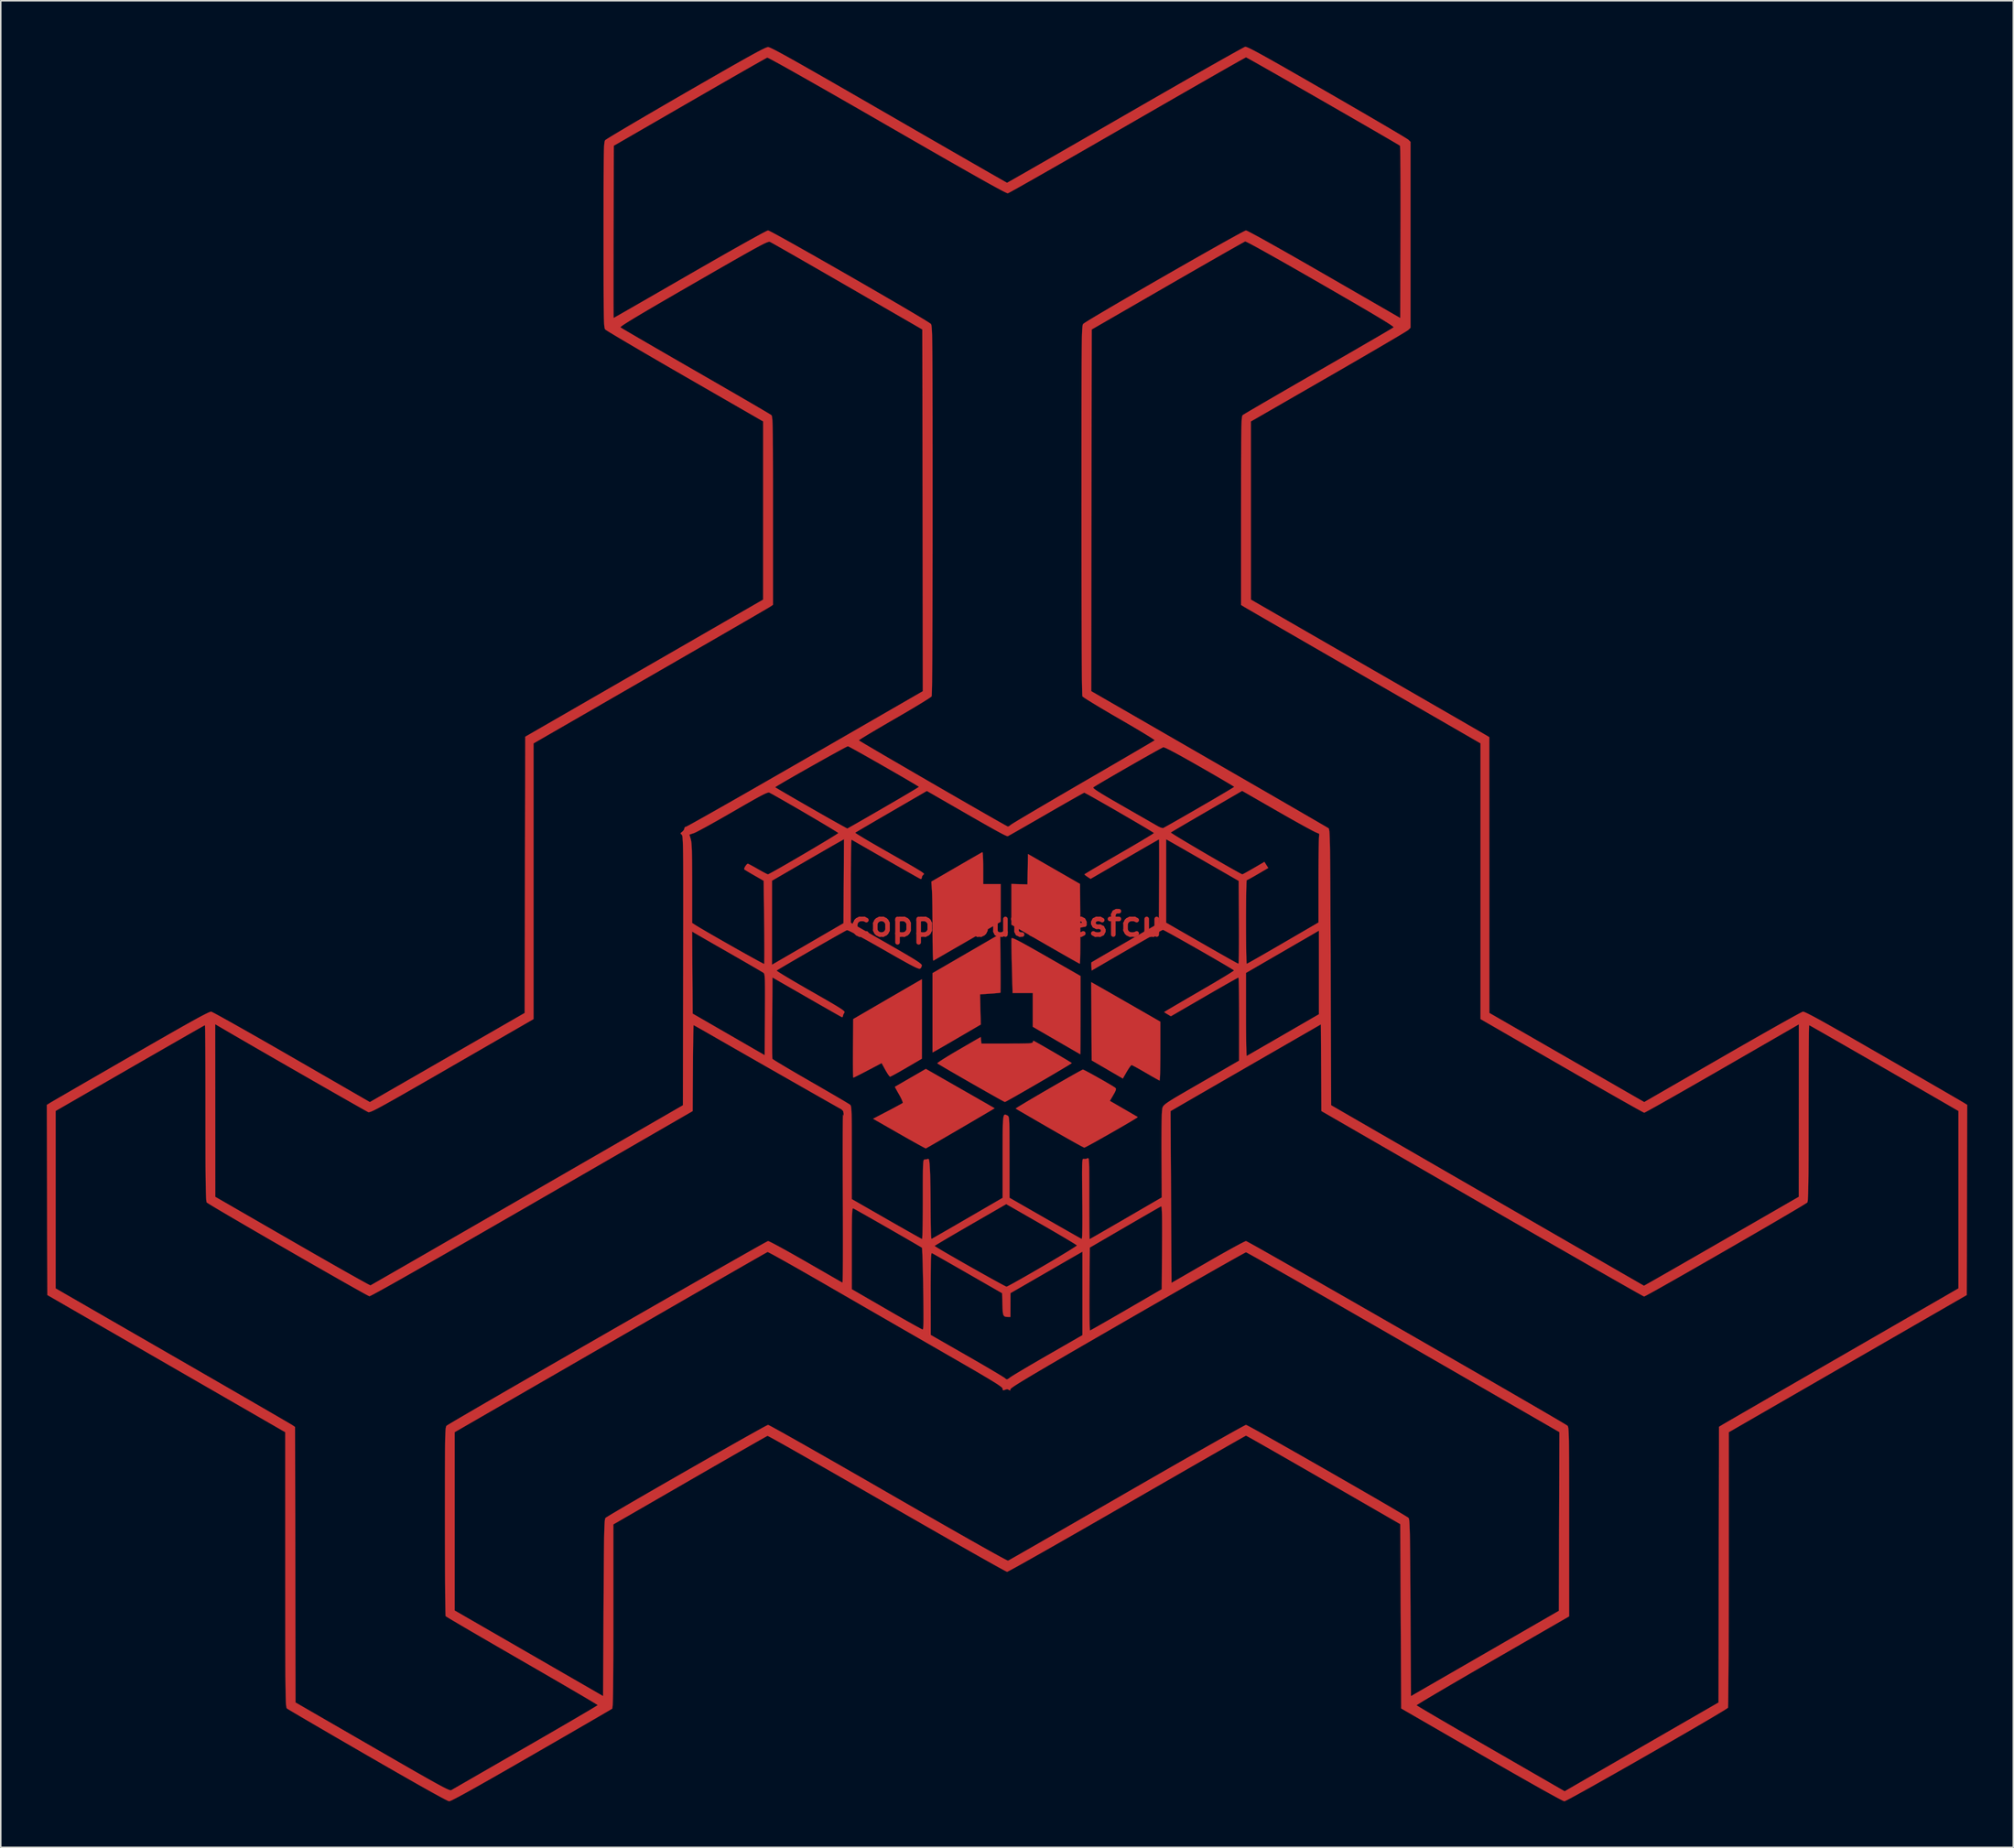
<source format=kicad_pcb>
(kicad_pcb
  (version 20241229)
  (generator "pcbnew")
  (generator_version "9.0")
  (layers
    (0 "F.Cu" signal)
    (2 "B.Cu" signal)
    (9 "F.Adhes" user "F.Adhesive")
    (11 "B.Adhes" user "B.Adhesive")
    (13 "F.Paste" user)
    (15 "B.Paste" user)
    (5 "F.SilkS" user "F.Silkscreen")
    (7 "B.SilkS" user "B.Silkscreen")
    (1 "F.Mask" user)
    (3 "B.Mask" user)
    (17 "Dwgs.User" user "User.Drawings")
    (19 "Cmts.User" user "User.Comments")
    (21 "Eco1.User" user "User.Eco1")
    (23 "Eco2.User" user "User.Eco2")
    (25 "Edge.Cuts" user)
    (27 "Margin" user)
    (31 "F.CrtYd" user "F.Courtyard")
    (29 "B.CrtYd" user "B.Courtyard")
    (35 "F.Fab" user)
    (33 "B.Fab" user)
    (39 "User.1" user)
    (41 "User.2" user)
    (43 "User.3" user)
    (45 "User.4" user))
  (footprint "copperoutlinesfcu"
    (layer "F.Cu")
    (at 62.617 57.27)
    (property "Reference" "copperoutlinesfcu" (at 0 0 0) (layer "F.Cu") (effects (font (size 1.524 1.524) (thickness 0.3))))
    (attr through_hole)
    (fp_poly (pts (xy 3.097 -3.589) (xy 4.794 -2.613) (xy 4.811 -0.005) (xy 4.813 0.557) (xy 4.813 1.076) (xy 4.811 1.541) (xy 4.807 1.937) (xy 4.801 2.252) (xy 4.793 2.472) (xy 4.784 2.585) (xy 4.779 2.597) (xy 4.715 2.564) (xy 4.553 2.475) (xy 4.306 2.336) (xy 3.984 2.154) (xy 3.6 1.935) (xy 3.166 1.686) (xy 2.694 1.415) (xy 2.524 1.317) (xy 0.318 0.045) (xy 0.318 -2.612) (xy 0.841 -2.598) (xy 1.365 -2.584) (xy 1.383 -3.574) (xy 1.4 -4.565) (xy 3.097 -3.589)) (stroke (width 0.01) (type solid)) (fill yes) (layer "F.Cu"))
    (fp_poly (pts (xy -0.396 2.554) (xy -0.392 3.033) (xy -0.39 3.47) (xy -0.39 3.848) (xy -0.391 4.152) (xy -0.394 4.366) (xy -0.398 4.475) (xy -0.4 4.485) (xy -0.468 4.498) (xy -0.636 4.515) (xy -0.875 4.535) (xy -1.075 4.549) (xy -1.728 4.592) (xy -1.706 5.578) (xy -1.683 6.565) (xy -3.08 7.381) (xy -3.47 7.608) (xy -3.832 7.819) (xy -4.149 8.003) (xy -4.404 8.15) (xy -4.58 8.251) (xy -4.651 8.291) (xy -4.826 8.385) (xy -4.826 5.796) (xy -4.826 3.207) (xy -2.619 1.926) (xy -0.413 0.645) (xy -0.396 2.554)) (stroke (width 0.01) (type solid)) (fill yes) (layer "F.Cu"))
    (fp_poly (pts (xy 5.824 3.967) (xy 5.95 4.038) (xy 6.17 4.163) (xy 6.471 4.335) (xy 6.836 4.544) (xy 7.252 4.783) (xy 7.702 5.041) (xy 8.079 5.257) (xy 10.033 6.38) (xy 10.033 8.302) (xy 10.031 8.781) (xy 10.027 9.216) (xy 10.021 9.592) (xy 10.012 9.893) (xy 10.002 10.105) (xy 9.99 10.21) (xy 9.985 10.22) (xy 9.917 10.188) (xy 9.759 10.102) (xy 9.532 9.974) (xy 9.255 9.814) (xy 9.081 9.713) (xy 8.782 9.54) (xy 8.52 9.392) (xy 8.315 9.282) (xy 8.187 9.219) (xy 8.157 9.208) (xy 8.096 9.259) (xy 7.995 9.396) (xy 7.872 9.591) (xy 7.839 9.648) (xy 7.587 10.089) (xy 5.556 8.907) (xy 5.54 6.352) (xy 5.523 3.798) (xy 5.824 3.967)) (stroke (width 0.01) (type solid)) (fill yes) (layer "F.Cu"))
    (fp_poly (pts (xy -5.525 6.202) (xy -5.526 8.795) (xy -6.53 9.382) (xy -6.853 9.569) (xy -7.14 9.732) (xy -7.373 9.859) (xy -7.532 9.942) (xy -7.598 9.97) (xy -7.657 9.918) (xy -7.755 9.78) (xy -7.873 9.583) (xy -7.905 9.526) (xy -8.149 9.082) (xy -9.052 9.557) (xy -9.36 9.718) (xy -9.628 9.856) (xy -9.836 9.96) (xy -9.964 10.021) (xy -9.995 10.033) (xy -10.005 9.972) (xy -10.012 9.8) (xy -10.018 9.531) (xy -10.021 9.182) (xy -10.021 8.768) (xy -10.019 8.305) (xy -10.018 8.119) (xy -10.001 6.206) (xy -8.109 5.106) (xy -7.647 4.837) (xy -7.205 4.581) (xy -6.798 4.345) (xy -6.444 4.14) (xy -6.157 3.974) (xy -5.954 3.856) (xy -5.871 3.808) (xy -5.524 3.61) (xy -5.525 6.202)) (stroke (width 0.01) (type solid)) (fill yes) (layer "F.Cu"))
    (fp_poly (pts (xy 0.425 0.938) (xy 0.552 0.99) (xy 0.742 1.083) (xy 1.003 1.221) (xy 1.344 1.409) (xy 1.774 1.65) (xy 2.3 1.949) (xy 2.587 2.114) (xy 4.826 3.397) (xy 4.826 5.953) (xy 4.825 6.509) (xy 4.824 7.022) (xy 4.823 7.481) (xy 4.821 7.871) (xy 4.818 8.179) (xy 4.815 8.391) (xy 4.811 8.495) (xy 4.81 8.504) (xy 4.753 8.472) (xy 4.601 8.384) (xy 4.366 8.249) (xy 4.064 8.074) (xy 3.709 7.869) (xy 3.314 7.64) (xy 3.254 7.605) (xy 1.714 6.713) (xy 1.714 4.508) (xy 0.395 4.508) (xy 0.349 2.777) (xy 0.338 2.316) (xy 0.329 1.893) (xy 0.323 1.527) (xy 0.321 1.233) (xy 0.321 1.032) (xy 0.326 0.938) (xy 0.326 0.938) (xy 0.353 0.922) (xy 0.425 0.938)) (stroke (width 0.01) (type solid)) (fill yes) (layer "F.Cu"))
    (fp_poly (pts (xy -1.558 -4.636) (xy -1.543 -4.476) (xy -1.532 -4.23) (xy -1.526 -3.919) (xy -1.524 -3.657) (xy -1.524 -2.603) (xy -0.381 -2.603) (xy -0.381 -0.146) (xy -2.556 1.112) (xy -3.035 1.389) (xy -3.48 1.646) (xy -3.879 1.876) (xy -4.219 2.073) (xy -4.489 2.229) (xy -4.677 2.337) (xy -4.771 2.391) (xy -4.778 2.395) (xy -4.79 2.34) (xy -4.8 2.174) (xy -4.81 1.909) (xy -4.817 1.562) (xy -4.823 1.148) (xy -4.826 0.68) (xy -4.826 0.395) (xy -4.827 -0.132) (xy -4.831 -0.645) (xy -4.837 -1.123) (xy -4.844 -1.545) (xy -4.853 -1.891) (xy -4.863 -2.138) (xy -4.866 -2.198) (xy -4.906 -2.765) (xy -3.266 -3.716) (xy -2.851 -3.956) (xy -2.471 -4.176) (xy -2.141 -4.366) (xy -1.874 -4.519) (xy -1.684 -4.628) (xy -1.585 -4.683) (xy -1.574 -4.688) (xy -1.558 -4.636)) (stroke (width 0.01) (type solid)) (fill yes) (layer "F.Cu"))
    (fp_poly (pts (xy -3.029 10.741) (xy -2.544 11.018) (xy -2.095 11.275) (xy -1.693 11.506) (xy -1.349 11.702) (xy -1.077 11.859) (xy -0.886 11.968) (xy -0.79 12.024) (xy -0.78 12.029) (xy -0.83 12.062) (xy -0.976 12.15) (xy -1.204 12.285) (xy -1.5 12.46) (xy -1.85 12.665) (xy -2.239 12.894) (xy -2.655 13.137) (xy -3.083 13.388) (xy -3.509 13.636) (xy -3.919 13.875) (xy -4.299 14.096) (xy -4.635 14.291) (xy -4.913 14.452) (xy -5.12 14.57) (xy -5.241 14.638) (xy -5.266 14.651) (xy -5.328 14.624) (xy -5.486 14.541) (xy -5.727 14.409) (xy -6.038 14.237) (xy -6.404 14.031) (xy -6.811 13.8) (xy -7.004 13.69) (xy -8.707 12.715) (xy -7.766 12.225) (xy -7.45 12.059) (xy -7.172 11.91) (xy -6.954 11.791) (xy -6.813 11.711) (xy -6.773 11.684) (xy -6.779 11.611) (xy -6.84 11.457) (xy -6.944 11.249) (xy -7.007 11.137) (xy -7.132 10.917) (xy -7.227 10.745) (xy -7.278 10.646) (xy -7.283 10.631) (xy -7.227 10.598) (xy -7.078 10.511) (xy -6.855 10.382) (xy -6.574 10.219) (xy -6.268 10.042) (xy -5.265 9.462) (xy -3.029 10.741)) (stroke (width 0.01) (type solid)) (fill yes) (layer "F.Cu"))
    (fp_poly (pts (xy -1.663 7.595) (xy -1.643 7.811) (xy 0.036 7.811) (xy 0.545 7.81) (xy 0.94 7.807) (xy 1.237 7.802) (xy 1.448 7.793) (xy 1.587 7.779) (xy 1.669 7.761) (xy 1.707 7.736) (xy 1.714 7.71) (xy 1.742 7.634) (xy 1.77 7.631) (xy 1.856 7.674) (xy 2.027 7.769) (xy 2.264 7.903) (xy 2.548 8.066) (xy 2.859 8.246) (xy 3.179 8.433) (xy 3.489 8.615) (xy 3.77 8.782) (xy 4.003 8.921) (xy 4.169 9.024) (xy 4.25 9.077) (xy 4.254 9.082) (xy 4.201 9.12) (xy 4.053 9.213) (xy 3.823 9.352) (xy 3.525 9.53) (xy 3.175 9.737) (xy 2.786 9.966) (xy 2.372 10.208) (xy 1.948 10.454) (xy 1.529 10.697) (xy 1.128 10.929) (xy 0.759 11.14) (xy 0.438 11.323) (xy 0.178 11.469) (xy -0.006 11.57) (xy -0.1 11.617) (xy -0.108 11.62) (xy -0.173 11.589) (xy -0.335 11.502) (xy -0.583 11.365) (xy -0.905 11.184) (xy -1.288 10.968) (xy -1.721 10.722) (xy -2.19 10.454) (xy -2.312 10.384) (xy -2.79 10.11) (xy -3.233 9.854) (xy -3.63 9.624) (xy -3.968 9.427) (xy -4.235 9.269) (xy -4.419 9.159) (xy -4.509 9.103) (xy -4.515 9.099) (xy -4.475 9.055) (xy -4.339 8.957) (xy -4.121 8.815) (xy -3.833 8.636) (xy -3.49 8.429) (xy -3.123 8.214) (xy -1.683 7.38) (xy -1.663 7.595)) (stroke (width 0.01) (type solid)) (fill yes) (layer "F.Cu"))
    (fp_poly (pts (xy 5.059 9.536) (xy 5.222 9.619) (xy 5.451 9.742) (xy 5.725 9.893) (xy 6.023 10.06) (xy 6.321 10.229) (xy 6.6 10.391) (xy 6.838 10.531) (xy 7.012 10.638) (xy 7.101 10.7) (xy 7.103 10.702) (xy 7.139 10.762) (xy 7.126 10.854) (xy 7.056 11.004) (xy 6.965 11.165) (xy 6.74 11.549) (xy 7.64 12.07) (xy 7.943 12.245) (xy 8.204 12.397) (xy 8.406 12.515) (xy 8.529 12.587) (xy 8.559 12.605) (xy 8.515 12.642) (xy 8.375 12.73) (xy 8.156 12.863) (xy 7.874 13.03) (xy 7.545 13.222) (xy 7.184 13.431) (xy 6.808 13.646) (xy 6.431 13.86) (xy 6.071 14.063) (xy 5.744 14.247) (xy 5.464 14.4) (xy 5.248 14.516) (xy 5.111 14.585) (xy 5.072 14.6) (xy 4.999 14.567) (xy 4.829 14.478) (xy 4.574 14.339) (xy 4.246 14.156) (xy 3.857 13.937) (xy 3.42 13.688) (xy 2.947 13.417) (xy 2.804 13.334) (xy 2.325 13.058) (xy 1.882 12.801) (xy 1.485 12.57) (xy 1.147 12.374) (xy 0.88 12.218) (xy 0.696 12.109) (xy 0.606 12.055) (xy 0.599 12.05) (xy 0.646 12.014) (xy 0.788 11.923) (xy 1.013 11.786) (xy 1.306 11.61) (xy 1.653 11.405) (xy 2.039 11.178) (xy 2.451 10.937) (xy 2.875 10.692) (xy 3.295 10.449) (xy 3.699 10.217) (xy 4.072 10.004) (xy 4.399 9.819) (xy 4.667 9.669) (xy 4.862 9.564) (xy 4.969 9.511) (xy 4.984 9.506) (xy 5.059 9.536)) (stroke (width 0.01) (type solid)) (fill yes) (layer "F.Cu"))
    (fp_poly (pts (xy 15.623 -57.258) (xy 15.712 -57.226) (xy 15.847 -57.166) (xy 16.032 -57.075) (xy 16.274 -56.948) (xy 16.578 -56.783) (xy 16.952 -56.576) (xy 17.399 -56.325) (xy 17.928 -56.026) (xy 18.542 -55.675) (xy 19.249 -55.27) (xy 20.054 -54.807) (xy 20.907 -54.316) (xy 21.655 -53.884) (xy 22.372 -53.468) (xy 23.053 -53.073) (xy 23.688 -52.703) (xy 24.27 -52.363) (xy 24.791 -52.057) (xy 25.243 -51.79) (xy 25.618 -51.567) (xy 25.908 -51.392) (xy 26.106 -51.27) (xy 26.203 -51.206) (xy 26.21 -51.2) (xy 26.352 -51.06) (xy 26.352 -44.99) (xy 26.352 -38.92) (xy 26.208 -38.78) (xy 26.133 -38.728) (xy 25.956 -38.618) (xy 25.684 -38.454) (xy 25.326 -38.241) (xy 24.89 -37.983) (xy 24.384 -37.686) (xy 23.816 -37.354) (xy 23.193 -36.991) (xy 22.524 -36.603) (xy 21.817 -36.193) (xy 21.08 -35.767) (xy 21.001 -35.722) (xy 15.938 -32.805) (xy 15.94 -26.991) (xy 15.941 -21.177) (xy 23.512 -16.811) (xy 24.42 -16.288) (xy 25.299 -15.781) (xy 26.144 -15.293) (xy 26.947 -14.83) (xy 27.703 -14.393) (xy 28.405 -13.988) (xy 29.046 -13.618) (xy 29.621 -13.286) (xy 30.121 -12.997) (xy 30.541 -12.754) (xy 30.875 -12.561) (xy 31.115 -12.421) (xy 31.256 -12.339) (xy 31.29 -12.32) (xy 31.496 -12.194) (xy 31.499 -3.192) (xy 31.502 5.81) (xy 36.553 8.719) (xy 41.604 11.627) (xy 46.693 8.69) (xy 47.435 8.262) (xy 48.148 7.853) (xy 48.824 7.466) (xy 49.456 7.107) (xy 50.034 6.779) (xy 50.552 6.487) (xy 51.001 6.236) (xy 51.373 6.03) (xy 51.66 5.874) (xy 51.855 5.772) (xy 51.949 5.728) (xy 51.954 5.727) (xy 52.006 5.735) (xy 52.103 5.771) (xy 52.249 5.839) (xy 52.451 5.941) (xy 52.714 6.08) (xy 53.045 6.26) (xy 53.447 6.484) (xy 53.929 6.755) (xy 54.494 7.076) (xy 55.149 7.45) (xy 55.9 7.881) (xy 56.752 8.372) (xy 57.162 8.608) (xy 57.902 9.035) (xy 58.615 9.447) (xy 59.292 9.838) (xy 59.925 10.204) (xy 60.505 10.54) (xy 61.026 10.841) (xy 61.477 11.103) (xy 61.852 11.321) (xy 62.142 11.49) (xy 62.339 11.605) (xy 62.434 11.662) (xy 62.437 11.664) (xy 62.675 11.813) (xy 62.659 18.019) (xy 62.643 24.224) (xy 54.881 28.701) (xy 47.12 33.179) (xy 47.118 42.132) (xy 47.117 43.189) (xy 47.116 44.212) (xy 47.114 45.193) (xy 47.111 46.125) (xy 47.108 47.001) (xy 47.105 47.814) (xy 47.101 48.556) (xy 47.096 49.22) (xy 47.091 49.799) (xy 47.086 50.285) (xy 47.081 50.673) (xy 47.075 50.953) (xy 47.07 51.119) (xy 47.065 51.165) (xy 46.998 51.215) (xy 46.831 51.322) (xy 46.571 51.481) (xy 46.229 51.686) (xy 45.814 51.932) (xy 45.334 52.213) (xy 44.8 52.524) (xy 44.221 52.861) (xy 43.606 53.216) (xy 42.964 53.586) (xy 42.305 53.965) (xy 41.638 54.347) (xy 40.972 54.728) (xy 40.316 55.101) (xy 39.681 55.462) (xy 39.075 55.805) (xy 38.507 56.125) (xy 37.987 56.417) (xy 37.524 56.674) (xy 37.128 56.893) (xy 36.807 57.067) (xy 36.571 57.191) (xy 36.43 57.26) (xy 36.394 57.273) (xy 36.312 57.241) (xy 36.126 57.148) (xy 35.841 56.996) (xy 35.463 56.789) (xy 34.998 56.531) (xy 34.451 56.223) (xy 33.827 55.87) (xy 33.132 55.474) (xy 32.371 55.038) (xy 31.55 54.565) (xy 30.988 54.241) (xy 25.749 51.213) (xy 25.686 39.179) (xy 20.681 36.29) (xy 19.948 35.867) (xy 19.247 35.463) (xy 18.584 35.082) (xy 17.968 34.729) (xy 17.407 34.407) (xy 16.908 34.123) (xy 16.479 33.879) (xy 16.129 33.68) (xy 15.864 33.531) (xy 15.693 33.437) (xy 15.624 33.401) (xy 15.623 33.401) (xy 15.562 33.432) (xy 15.398 33.523) (xy 15.137 33.671) (xy 14.785 33.871) (xy 14.347 34.121) (xy 13.831 34.416) (xy 13.243 34.753) (xy 12.589 35.128) (xy 11.875 35.538) (xy 11.108 35.98) (xy 10.293 36.449) (xy 9.437 36.942) (xy 8.547 37.455) (xy 7.87 37.846) (xy 6.957 38.373) (xy 6.073 38.881) (xy 5.224 39.369) (xy 4.417 39.831) (xy 3.658 40.265) (xy 2.953 40.667) (xy 2.309 41.033) (xy 1.732 41.359) (xy 1.229 41.643) (xy 0.805 41.88) (xy 0.468 42.066) (xy 0.223 42.199) (xy 0.077 42.274) (xy 0.036 42.291) (xy -0.034 42.26) (xy -0.207 42.168) (xy -0.478 42.021) (xy -0.84 41.82) (xy -1.286 41.57) (xy -1.81 41.275) (xy -2.406 40.937) (xy -3.067 40.562) (xy -3.787 40.151) (xy -4.56 39.709) (xy -5.38 39.239) (xy -6.239 38.746) (xy -7.132 38.232) (xy -7.806 37.843) (xy -8.719 37.317) (xy -9.602 36.809) (xy -10.449 36.322) (xy -11.253 35.861) (xy -12.009 35.428) (xy -12.711 35.028) (xy -13.351 34.663) (xy -13.923 34.338) (xy -14.422 34.056) (xy -14.841 33.821) (xy -15.174 33.635) (xy -15.414 33.504) (xy -15.555 33.43) (xy -15.592 33.414) (xy -15.657 33.448) (xy -15.824 33.541) (xy -16.085 33.688) (xy -16.433 33.886) (xy -16.859 34.129) (xy -17.356 34.413) (xy -17.915 34.734) (xy -18.529 35.087) (xy -19.19 35.467) (xy -19.89 35.87) (xy -20.621 36.292) (xy -20.662 36.316) (xy -25.654 39.198) (xy -25.654 45.182) (xy -25.654 46.231) (xy -25.655 47.159) (xy -25.657 47.972) (xy -25.66 48.678) (xy -25.664 49.283) (xy -25.668 49.792) (xy -25.674 50.213) (xy -25.681 50.551) (xy -25.69 50.813) (xy -25.699 51.006) (xy -25.71 51.135) (xy -25.723 51.208) (xy -25.733 51.229) (xy -25.799 51.269) (xy -25.966 51.368) (xy -26.229 51.522) (xy -26.578 51.725) (xy -27.006 51.974) (xy -27.505 52.264) (xy -28.068 52.59) (xy -28.687 52.949) (xy -29.354 53.334) (xy -30.062 53.743) (xy -30.802 54.17) (xy -31 54.285) (xy -31.969 54.843) (xy -32.833 55.339) (xy -33.593 55.773) (xy -34.255 56.148) (xy -34.819 56.466) (xy -35.291 56.728) (xy -35.674 56.937) (xy -35.97 57.093) (xy -36.182 57.2) (xy -36.315 57.258) (xy -36.366 57.271) (xy -36.453 57.238) (xy -36.646 57.142) (xy -36.941 56.985) (xy -37.335 56.77) (xy -37.824 56.498) (xy -38.404 56.171) (xy -39.073 55.791) (xy -39.825 55.361) (xy -40.659 54.882) (xy -41.57 54.356) (xy -41.683 54.291) (xy -42.428 53.859) (xy -43.142 53.445) (xy -43.819 53.052) (xy -44.45 52.684) (xy -45.028 52.347) (xy -45.544 52.045) (xy -45.992 51.783) (xy -46.362 51.565) (xy -46.647 51.396) (xy -46.84 51.28) (xy -46.932 51.222) (xy -46.938 51.218) (xy -46.954 51.2) (xy -46.968 51.172) (xy -46.981 51.127) (xy -46.993 51.058) (xy -47.003 50.961) (xy -47.013 50.828) (xy -47.02 50.653) (xy -47.027 50.431) (xy -47.033 50.154) (xy -47.038 49.817) (xy -47.042 49.413) (xy -47.046 48.936) (xy -47.048 48.381) (xy -47.05 47.74) (xy -47.052 47.007) (xy -47.053 46.177) (xy -47.054 45.243) (xy -47.054 44.198) (xy -47.055 43.038) (xy -47.055 42.149) (xy -47.056 33.179) (xy -62.579 24.222) (xy -62.595 18.017) (xy -62.611 12.206) (xy -62.039 12.206) (xy -62.039 23.79) (xy -54.404 28.194) (xy -53.493 28.719) (xy -52.611 29.229) (xy -51.763 29.718) (xy -50.958 30.183) (xy -50.199 30.622) (xy -49.496 31.029) (xy -48.853 31.401) (xy -48.277 31.735) (xy -47.774 32.027) (xy -47.352 32.272) (xy -47.016 32.468) (xy -46.774 32.61) (xy -46.63 32.695) (xy -46.593 32.718) (xy -46.419 32.838) (xy -46.387 50.823) (xy -41.37 53.723) (xy -40.504 54.223) (xy -39.742 54.663) (xy -39.076 55.046) (xy -38.5 55.377) (xy -38.007 55.657) (xy -37.591 55.892) (xy -37.245 56.084) (xy -36.963 56.238) (xy -36.738 56.357) (xy -36.563 56.445) (xy -36.432 56.504) (xy -36.338 56.54) (xy -36.275 56.555) (xy -36.236 56.553) (xy -36.227 56.549) (xy -36.154 56.507) (xy -35.979 56.406) (xy -35.71 56.251) (xy -35.356 56.047) (xy -34.925 55.798) (xy -34.426 55.51) (xy -33.866 55.187) (xy -33.253 54.834) (xy -32.596 54.455) (xy -31.904 54.056) (xy -31.385 53.757) (xy -30.675 53.347) (xy -29.997 52.955) (xy -29.36 52.585) (xy -28.771 52.243) (xy -28.239 51.932) (xy -27.771 51.657) (xy -27.375 51.424) (xy -27.059 51.236) (xy -26.832 51.099) (xy -26.701 51.017) (xy -26.67 50.995) (xy -26.724 50.957) (xy -26.88 50.861) (xy -27.13 50.71) (xy -27.468 50.51) (xy -27.884 50.265) (xy -28.372 49.98) (xy -28.922 49.658) (xy -29.529 49.305) (xy -30.183 48.925) (xy -30.878 48.523) (xy -31.605 48.103) (xy -31.607 48.102) (xy -32.335 47.681) (xy -33.032 47.278) (xy -33.689 46.897) (xy -34.3 46.542) (xy -34.855 46.218) (xy -35.347 45.93) (xy -35.769 45.682) (xy -36.112 45.479) (xy -36.369 45.325) (xy -36.531 45.226) (xy -36.591 45.185) (xy -36.598 45.113) (xy -36.604 44.923) (xy -36.61 44.623) (xy -36.616 44.223) (xy -36.621 43.731) (xy -36.625 43.156) (xy -36.63 42.506) (xy -36.633 41.791) (xy -36.636 41.019) (xy -36.637 40.199) (xy -36.638 39.34) (xy -36.639 38.983) (xy -36.639 37.961) (xy -36.638 37.059) (xy -36.638 36.269) (xy -36.636 35.584) (xy -36.634 34.995) (xy -36.632 34.495) (xy -36.628 34.077) (xy -36.623 33.734) (xy -36.617 33.457) (xy -36.609 33.239) (xy -36.606 33.177) (xy -36.005 33.177) (xy -36.005 44.818) (xy -26.321 50.406) (xy -26.289 44.636) (xy -26.283 43.637) (xy -26.278 42.757) (xy -26.272 41.988) (xy -26.267 41.325) (xy -26.261 40.758) (xy -26.254 40.281) (xy -26.247 39.885) (xy -26.239 39.564) (xy -26.23 39.31) (xy -26.22 39.115) (xy -26.209 38.972) (xy -26.196 38.874) (xy -26.181 38.812) (xy -26.165 38.78) (xy -26.162 38.776) (xy -26.084 38.723) (xy -25.906 38.613) (xy -25.638 38.451) (xy -25.288 38.245) (xy -24.866 37.997) (xy -24.382 37.715) (xy -23.845 37.403) (xy -23.263 37.067) (xy -22.647 36.711) (xy -22.005 36.342) (xy -21.348 35.964) (xy -20.683 35.583) (xy -20.021 35.205) (xy -19.371 34.833) (xy -18.741 34.475) (xy -18.142 34.135) (xy -17.583 33.819) (xy -17.073 33.531) (xy -16.621 33.278) (xy -16.237 33.064) (xy -15.929 32.894) (xy -15.708 32.775) (xy -15.582 32.712) (xy -15.557 32.703) (xy -15.487 32.734) (xy -15.313 32.825) (xy -15.043 32.973) (xy -14.681 33.173) (xy -14.235 33.423) (xy -13.711 33.719) (xy -13.115 34.056) (xy -12.454 34.432) (xy -11.733 34.843) (xy -10.96 35.285) (xy -10.141 35.755) (xy -9.281 36.248) (xy -8.388 36.763) (xy -7.71 37.154) (xy -6.671 37.753) (xy -5.689 38.318) (xy -4.768 38.846) (xy -3.913 39.335) (xy -3.128 39.783) (xy -2.417 40.187) (xy -1.786 40.544) (xy -1.238 40.852) (xy -0.777 41.108) (xy -0.409 41.31) (xy -0.138 41.456) (xy 0.033 41.543) (xy 0.098 41.568) (xy 0.163 41.533) (xy 0.332 41.437) (xy 0.599 41.286) (xy 0.956 41.082) (xy 1.398 40.828) (xy 1.918 40.53) (xy 2.51 40.19) (xy 3.167 39.812) (xy 3.884 39.399) (xy 4.653 38.956) (xy 5.469 38.485) (xy 6.326 37.992) (xy 7.216 37.478) (xy 7.841 37.117) (xy 8.751 36.593) (xy 9.632 36.086) (xy 10.478 35.6) (xy 11.282 35.139) (xy 12.038 34.708) (xy 12.739 34.308) (xy 13.38 33.944) (xy 13.953 33.62) (xy 14.453 33.338) (xy 14.872 33.104) (xy 15.206 32.92) (xy 15.446 32.79) (xy 15.587 32.717) (xy 15.624 32.703) (xy 15.693 32.733) (xy 15.864 32.823) (xy 16.125 32.965) (xy 16.469 33.155) (xy 16.885 33.388) (xy 17.365 33.658) (xy 17.898 33.959) (xy 18.477 34.287) (xy 19.091 34.636) (xy 19.731 35.001) (xy 20.387 35.376) (xy 21.052 35.756) (xy 21.714 36.137) (xy 22.366 36.511) (xy 22.997 36.875) (xy 23.598 37.222) (xy 24.161 37.548) (xy 24.675 37.847) (xy 25.131 38.114) (xy 25.521 38.344) (xy 25.835 38.53) (xy 26.063 38.669) (xy 26.196 38.754) (xy 26.226 38.776) (xy 26.242 38.804) (xy 26.257 38.86) (xy 26.27 38.952) (xy 26.282 39.086) (xy 26.292 39.271) (xy 26.301 39.514) (xy 26.309 39.823) (xy 26.316 40.205) (xy 26.323 40.667) (xy 26.329 41.217) (xy 26.335 41.863) (xy 26.34 42.613) (xy 26.346 43.472) (xy 26.351 44.45) (xy 26.352 44.638) (xy 26.384 50.409) (xy 36.036 44.839) (xy 36.069 33.173) (xy 25.898 27.302) (xy 24.848 26.696) (xy 23.827 26.107) (xy 22.839 25.539) (xy 21.892 24.994) (xy 20.99 24.476) (xy 20.139 23.988) (xy 19.343 23.532) (xy 18.61 23.113) (xy 17.944 22.733) (xy 17.351 22.395) (xy 16.835 22.103) (xy 16.404 21.859) (xy 16.061 21.667) (xy 15.814 21.53) (xy 15.666 21.451) (xy 15.624 21.431) (xy 15.557 21.462) (xy 15.387 21.554) (xy 15.12 21.701) (xy 14.762 21.902) (xy 14.319 22.151) (xy 13.798 22.446) (xy 13.206 22.783) (xy 12.548 23.158) (xy 11.831 23.568) (xy 11.062 24.009) (xy 10.246 24.478) (xy 9.39 24.97) (xy 8.5 25.482) (xy 7.887 25.836) (xy 6.783 26.473) (xy 5.784 27.051) (xy 4.886 27.57) (xy 4.085 28.035) (xy 3.375 28.449) (xy 2.751 28.813) (xy 2.21 29.131) (xy 1.746 29.405) (xy 1.355 29.639) (xy 1.031 29.835) (xy 0.771 29.995) (xy 0.57 30.124) (xy 0.422 30.223) (xy 0.323 30.295) (xy 0.269 30.343) (xy 0.254 30.368) (xy 0.239 30.455) (xy 0.176 30.43) (xy 0.157 30.415) (xy 0.046 30.367) (xy -0.097 30.406) (xy -0.21 30.446) (xy -0.251 30.406) (xy -0.255 30.336) (xy -0.269 30.3) (xy -0.313 30.251) (xy -0.396 30.183) (xy -0.524 30.092) (xy -0.705 29.973) (xy -0.946 29.824) (xy -1.253 29.638) (xy -1.635 29.411) (xy -2.097 29.14) (xy -2.649 28.82) (xy -3.295 28.446) (xy -4.045 28.014) (xy -4.113 27.975) (xy -4.901 27.52) (xy -5.771 27.019) (xy -6.697 26.486) (xy -7.653 25.934) (xy -8.616 25.379) (xy -9.558 24.835) (xy -10.456 24.316) (xy -11.285 23.838) (xy -11.74 23.574) (xy -12.375 23.208) (xy -12.979 22.862) (xy -13.542 22.54) (xy -14.056 22.249) (xy -14.511 21.993) (xy -14.898 21.777) (xy -15.208 21.606) (xy -15.432 21.486) (xy -15.561 21.422) (xy -15.59 21.412) (xy -15.652 21.446) (xy -15.819 21.539) (xy -16.084 21.69) (xy -16.444 21.895) (xy -16.891 22.151) (xy -17.421 22.455) (xy -18.028 22.804) (xy -18.707 23.194) (xy -19.452 23.623) (xy -20.258 24.086) (xy -21.119 24.582) (xy -22.029 25.107) (xy -22.985 25.658) (xy -23.979 26.232) (xy -25.006 26.825) (xy -25.836 27.304) (xy -36.005 33.177) (xy -36.606 33.177) (xy -36.6 33.073) (xy -36.589 32.951) (xy -36.577 32.866) (xy -36.563 32.81) (xy -36.546 32.775) (xy -36.528 32.755) (xy -36.452 32.705) (xy -36.273 32.596) (xy -35.998 32.433) (xy -35.634 32.219) (xy -35.186 31.957) (xy -34.662 31.651) (xy -34.068 31.306) (xy -33.411 30.925) (xy -32.697 30.511) (xy -31.932 30.069) (xy -31.124 29.603) (xy -30.279 29.115) (xy -29.404 28.61) (xy -28.504 28.092) (xy -27.587 27.564) (xy -26.659 27.03) (xy -25.727 26.494) (xy -24.796 25.96) (xy -23.875 25.431) (xy -22.969 24.911) (xy -22.085 24.405) (xy -21.23 23.915) (xy -20.409 23.445) (xy -19.63 23) (xy -18.899 22.583) (xy -18.223 22.197) (xy -17.608 21.848) (xy -17.061 21.537) (xy -16.588 21.27) (xy -16.196 21.049) (xy -15.892 20.879) (xy -15.681 20.764) (xy -15.572 20.707) (xy -15.557 20.701) (xy -15.475 20.732) (xy -15.296 20.82) (xy -15.031 20.959) (xy -14.693 21.142) (xy -14.294 21.363) (xy -13.846 21.615) (xy -13.361 21.891) (xy -13.094 22.043) (xy -12.597 22.33) (xy -12.134 22.596) (xy -11.715 22.837) (xy -11.354 23.045) (xy -11.061 23.214) (xy -10.849 23.336) (xy -10.729 23.405) (xy -10.706 23.418) (xy -10.697 23.361) (xy -10.689 23.184) (xy -10.683 22.894) (xy -10.678 22.497) (xy -10.674 22) (xy -10.672 21.41) (xy -10.672 21.186) (xy -10.096 21.186) (xy -10.096 23.844) (xy -7.826 25.158) (xy -7.335 25.442) (xy -6.877 25.704) (xy -6.463 25.939) (xy -6.106 26.14) (xy -5.817 26.299) (xy -5.608 26.412) (xy -5.492 26.469) (xy -5.473 26.476) (xy -5.453 26.457) (xy -5.437 26.39) (xy -5.425 26.265) (xy -5.417 26.073) (xy -5.413 25.803) (xy -5.414 25.445) (xy -5.417 24.989) (xy -5.424 24.425) (xy -5.434 23.828) (xy -5.436 23.704) (xy -4.951 23.704) (xy -4.95 24.139) (xy -4.948 26.829) (xy -2.565 28.194) (xy -2.06 28.485) (xy -1.587 28.759) (xy -1.157 29.011) (xy -0.784 29.232) (xy -0.478 29.415) (xy -0.251 29.555) (xy -0.116 29.643) (xy -0.084 29.668) (xy -0.016 29.727) (xy 0.056 29.726) (xy 0.168 29.656) (xy 0.245 29.597) (xy 0.35 29.527) (xy 0.552 29.401) (xy 0.838 29.228) (xy 1.195 29.016) (xy 1.609 28.772) (xy 2.067 28.505) (xy 2.556 28.222) (xy 2.715 28.131) (xy 4.953 26.843) (xy 4.953 24.938) (xy 5.41 24.938) (xy 5.412 25.415) (xy 5.416 25.825) (xy 5.422 26.154) (xy 5.429 26.39) (xy 5.438 26.519) (xy 5.444 26.54) (xy 5.508 26.509) (xy 5.669 26.42) (xy 5.918 26.28) (xy 6.24 26.097) (xy 6.627 25.875) (xy 7.064 25.623) (xy 7.542 25.347) (xy 7.811 25.191) (xy 10.128 23.844) (xy 10.145 21.122) (xy 10.148 20.441) (xy 10.149 19.878) (xy 10.148 19.423) (xy 10.144 19.066) (xy 10.137 18.799) (xy 10.127 18.612) (xy 10.114 18.495) (xy 10.097 18.44) (xy 10.081 18.433) (xy 10.011 18.471) (xy 9.842 18.566) (xy 9.588 18.712) (xy 9.26 18.901) (xy 8.87 19.126) (xy 8.43 19.381) (xy 7.951 19.659) (xy 7.715 19.796) (xy 5.429 21.127) (xy 5.413 23.835) (xy 5.41 24.407) (xy 5.41 24.938) (xy 4.953 24.938) (xy 4.953 21.392) (xy 4.584 21.602) (xy 4.442 21.683) (xy 4.206 21.819) (xy 3.892 22) (xy 3.513 22.218) (xy 3.087 22.464) (xy 2.628 22.729) (xy 2.237 22.955) (xy 0.258 24.098) (xy 0.254 25.654) (xy 0.079 25.653) (xy -0.054 25.645) (xy -0.147 25.607) (xy -0.206 25.521) (xy -0.24 25.365) (xy -0.258 25.12) (xy -0.268 24.83) (xy -0.286 24.105) (xy -2.54 22.81) (xy -3.03 22.529) (xy -3.487 22.267) (xy -3.899 22.032) (xy -4.254 21.83) (xy -4.54 21.668) (xy -4.745 21.552) (xy -4.857 21.49) (xy -4.874 21.482) (xy -4.894 21.498) (xy -4.91 21.57) (xy -4.923 21.708) (xy -4.934 21.921) (xy -4.941 22.217) (xy -4.946 22.607) (xy -4.949 23.1) (xy -4.951 23.704) (xy -5.436 23.704) (xy -5.444 23.26) (xy -5.455 22.732) (xy -5.467 22.256) (xy -5.479 21.848) (xy -5.491 21.519) (xy -5.502 21.284) (xy -5.512 21.156) (xy -5.516 21.137) (xy -5.58 21.096) (xy -5.709 21.018) (xy -4.694 21.018) (xy -4.641 21.059) (xy -4.49 21.153) (xy -4.257 21.293) (xy -3.954 21.471) (xy -3.596 21.678) (xy -3.196 21.908) (xy -2.769 22.152) (xy -2.329 22.402) (xy -1.89 22.65) (xy -1.464 22.889) (xy -1.068 23.11) (xy -0.713 23.306) (xy -0.415 23.469) (xy -0.188 23.59) (xy -0.044 23.662) (xy 0 23.68) (xy 0.074 23.648) (xy 0.245 23.559) (xy 0.502 23.419) (xy 0.831 23.234) (xy 1.222 23.012) (xy 1.662 22.76) (xy 2.139 22.483) (xy 2.349 22.361) (xy 2.835 22.076) (xy 3.284 21.809) (xy 3.685 21.568) (xy 4.028 21.359) (xy 4.299 21.19) (xy 4.489 21.068) (xy 4.585 20.999) (xy 4.595 20.987) (xy 4.54 20.944) (xy 4.386 20.846) (xy 4.144 20.698) (xy 3.827 20.508) (xy 3.445 20.283) (xy 3.01 20.029) (xy 2.534 19.753) (xy 2.283 19.609) (xy -0.019 18.287) (xy -2.357 19.637) (xy -2.852 19.924) (xy -3.312 20.191) (xy -3.724 20.432) (xy -4.078 20.641) (xy -4.362 20.811) (xy -4.566 20.934) (xy -4.677 21.004) (xy -4.694 21.018) (xy -5.709 21.018) (xy -5.739 21.001) (xy -5.98 20.86) (xy -6.288 20.681) (xy -6.648 20.472) (xy -7.048 20.242) (xy -7.471 19.998) (xy -7.904 19.75) (xy -8.332 19.505) (xy -8.741 19.272) (xy -9.116 19.058) (xy -9.444 18.873) (xy -9.708 18.724) (xy -9.896 18.62) (xy -9.993 18.568) (xy -10.001 18.565) (xy -10.024 18.568) (xy -10.044 18.602) (xy -10.059 18.68) (xy -10.072 18.811) (xy -10.081 19.007) (xy -10.088 19.278) (xy -10.092 19.635) (xy -10.095 20.088) (xy -10.096 20.649) (xy -10.096 21.186) (xy -10.672 21.186) (xy -10.671 20.735) (xy -10.672 19.979) (xy -10.674 19.152) (xy -10.678 18.258) (xy -10.68 17.869) (xy -10.684 17.043) (xy -10.687 16.258) (xy -10.688 15.522) (xy -10.689 14.844) (xy -10.688 14.232) (xy -10.686 13.696) (xy -10.683 13.243) (xy -10.679 12.884) (xy -10.674 12.625) (xy -10.668 12.477) (xy -10.661 12.446) (xy -10.63 12.534) (xy -10.619 12.513) (xy -10.624 12.384) (xy -10.661 12.21) (xy -10.77 12.099) (xy -10.827 12.067) (xy -10.912 12.021) (xy -11.097 11.917) (xy -11.373 11.761) (xy -11.728 11.56) (xy -12.153 11.318) (xy -12.637 11.043) (xy -13.17 10.739) (xy -13.743 10.412) (xy -14.345 10.069) (xy -14.966 9.714) (xy -15.596 9.355) (xy -16.224 8.996) (xy -16.841 8.643) (xy -17.436 8.302) (xy -18 7.979) (xy -18.521 7.68) (xy -18.991 7.411) (xy -19.197 7.292) (xy -19.548 7.09) (xy -19.861 6.912) (xy -20.119 6.767) (xy -20.307 6.662) (xy -20.407 6.609) (xy -20.419 6.604) (xy -20.425 6.665) (xy -20.431 6.841) (xy -20.437 7.118) (xy -20.444 7.484) (xy -20.449 7.925) (xy -20.455 8.43) (xy -20.459 8.984) (xy -20.462 9.409) (xy -20.479 12.215) (xy -30.956 18.268) (xy -32.34 19.067) (xy -33.633 19.812) (xy -34.835 20.504) (xy -35.942 21.14) (xy -36.955 21.721) (xy -37.872 22.245) (xy -38.69 22.711) (xy -39.41 23.12) (xy -40.028 23.469) (xy -40.545 23.758) (xy -40.958 23.986) (xy -41.266 24.153) (xy -41.467 24.258) (xy -41.561 24.299) (xy -41.566 24.3) (xy -41.642 24.265) (xy -41.818 24.172) (xy -42.084 24.025) (xy -42.432 23.831) (xy -42.853 23.594) (xy -43.337 23.32) (xy -43.874 23.014) (xy -44.455 22.682) (xy -45.071 22.329) (xy -45.714 21.961) (xy -46.372 21.582) (xy -47.037 21.198) (xy -47.701 20.815) (xy -48.352 20.438) (xy -48.983 20.072) (xy -49.583 19.723) (xy -50.144 19.395) (xy -50.655 19.096) (xy -51.109 18.829) (xy -51.495 18.6) (xy -51.804 18.415) (xy -52.027 18.278) (xy -52.155 18.196) (xy -52.181 18.176) (xy -52.195 18.132) (xy -52.208 18.035) (xy -52.219 17.878) (xy -52.228 17.655) (xy -52.236 17.359) (xy -52.243 16.984) (xy -52.249 16.523) (xy -52.253 15.97) (xy -52.256 15.318) (xy -52.258 14.561) (xy -52.26 13.692) (xy -52.26 12.705) (xy -52.261 12.339) (xy -52.261 11.497) (xy -52.262 10.693) (xy -52.264 9.935) (xy -52.266 9.232) (xy -52.269 8.593) (xy -52.272 8.027) (xy -52.276 7.543) (xy -52.28 7.15) (xy -52.284 6.856) (xy -52.289 6.671) (xy -52.294 6.604) (xy -52.294 6.604) (xy -52.353 6.635) (xy -52.514 6.725) (xy -52.769 6.87) (xy -53.11 7.064) (xy -53.53 7.304) (xy -54.02 7.585) (xy -54.572 7.902) (xy -55.18 8.251) (xy -55.833 8.627) (xy -56.526 9.026) (xy -57.184 9.405) (xy -62.039 12.206) (xy -62.611 12.206) (xy -62.612 11.813) (xy -62.373 11.664) (xy -62.284 11.611) (xy -62.093 11.499) (xy -61.808 11.333) (xy -61.438 11.119) (xy -60.991 10.859) (xy -60.474 10.56) (xy -59.897 10.226) (xy -59.267 9.862) (xy -58.592 9.472) (xy -57.881 9.061) (xy -57.142 8.635) (xy -57.097 8.609) (xy -56.2 8.092) (xy -55.407 7.636) (xy -54.712 7.238) (xy -54.109 6.894) (xy -53.592 6.602) (xy -53.486 6.543) (xy -51.626 6.543) (xy -51.624 12.177) (xy -51.623 17.812) (xy -46.592 20.715) (xy -45.857 21.138) (xy -45.153 21.543) (xy -44.488 21.923) (xy -43.869 22.276) (xy -43.305 22.597) (xy -42.803 22.881) (xy -42.371 23.123) (xy -42.017 23.32) (xy -41.748 23.468) (xy -41.573 23.56) (xy -41.499 23.594) (xy -41.497 23.594) (xy -41.437 23.56) (xy -41.271 23.466) (xy -41.007 23.315) (xy -40.649 23.109) (xy -40.203 22.853) (xy -39.675 22.549) (xy -39.069 22.2) (xy -38.391 21.81) (xy -37.647 21.381) (xy -36.843 20.917) (xy -35.983 20.421) (xy -35.073 19.896) (xy -34.118 19.345) (xy -33.125 18.772) (xy -32.098 18.179) (xy -31.274 17.703) (xy -21.114 11.836) (xy -21.097 3.045) (xy -21.095 1.811) (xy -21.093 0.697) (xy -21.093 0.495) (xy -20.512 0.495) (xy -20.495 3.173) (xy -20.479 5.852) (xy -15.78 8.565) (xy -15.774 7.68) (xy -15.293 7.68) (xy -15.292 8.089) (xy -15.289 8.419) (xy -15.285 8.654) (xy -15.28 8.783) (xy -15.278 8.802) (xy -15.219 8.847) (xy -15.061 8.949) (xy -14.814 9.1) (xy -14.491 9.293) (xy -14.103 9.523) (xy -13.66 9.783) (xy -13.175 10.064) (xy -12.785 10.289) (xy -12.27 10.585) (xy -11.787 10.865) (xy -11.348 11.12) (xy -10.963 11.346) (xy -10.644 11.533) (xy -10.404 11.677) (xy -10.254 11.769) (xy -10.208 11.8) (xy -10.182 11.829) (xy -10.16 11.876) (xy -10.143 11.952) (xy -10.129 12.067) (xy -10.118 12.232) (xy -10.11 12.459) (xy -10.104 12.759) (xy -10.1 13.141) (xy -10.098 13.617) (xy -10.097 14.198) (xy -10.097 14.895) (xy -10.097 14.928) (xy -10.097 17.961) (xy -7.826 19.264) (xy -7.336 19.544) (xy -6.88 19.804) (xy -6.47 20.037) (xy -6.118 20.236) (xy -5.835 20.395) (xy -5.633 20.506) (xy -5.524 20.564) (xy -5.509 20.57) (xy -5.498 20.51) (xy -5.489 20.336) (xy -5.48 20.061) (xy -5.473 19.699) (xy -5.467 19.263) (xy -5.463 18.767) (xy -5.461 18.223) (xy -5.461 17.974) (xy -5.461 17.331) (xy -5.46 16.803) (xy -5.457 16.379) (xy -5.453 16.048) (xy -5.446 15.799) (xy -5.436 15.62) (xy -5.424 15.5) (xy -5.407 15.428) (xy -5.386 15.391) (xy -5.36 15.38) (xy -5.35 15.379) (xy -5.191 15.359) (xy -5.138 15.341) (xy -5.095 15.337) (xy -5.064 15.379) (xy -5.04 15.486) (xy -5.021 15.676) (xy -5.002 15.968) (xy -4.995 16.11) (xy -4.984 16.396) (xy -4.974 16.781) (xy -4.965 17.241) (xy -4.959 17.747) (xy -4.955 18.273) (xy -4.953 18.754) (xy -4.951 19.247) (xy -4.946 19.682) (xy -4.937 20.044) (xy -4.926 20.321) (xy -4.913 20.498) (xy -4.897 20.563) (xy -4.896 20.563) (xy -4.831 20.528) (xy -4.667 20.435) (xy -4.417 20.292) (xy -4.093 20.106) (xy -3.706 19.883) (xy -3.268 19.629) (xy -2.791 19.352) (xy -2.547 19.211) (xy -0.254 17.879) (xy -0.254 15.192) (xy -0.254 14.517) (xy -0.253 13.958) (xy -0.249 13.505) (xy -0.242 13.149) (xy -0.231 12.878) (xy -0.213 12.683) (xy -0.189 12.553) (xy -0.156 12.477) (xy -0.114 12.447) (xy -0.061 12.45) (xy 0.004 12.478) (xy 0.059 12.507) (xy 0.091 12.527) (xy 0.117 12.557) (xy 0.139 12.608) (xy 0.156 12.693) (xy 0.168 12.822) (xy 0.178 13.008) (xy 0.184 13.262) (xy 0.188 13.596) (xy 0.19 14.021) (xy 0.191 14.549) (xy 0.192 15.193) (xy 0.192 15.226) (xy 0.193 17.875) (xy 2.518 19.209) (xy 3.015 19.493) (xy 3.478 19.758) (xy 3.897 19.997) (xy 4.258 20.203) (xy 4.551 20.369) (xy 4.763 20.488) (xy 4.884 20.555) (xy 4.906 20.566) (xy 4.923 20.51) (xy 4.936 20.329) (xy 4.944 20.024) (xy 4.949 19.599) (xy 4.95 19.053) (xy 4.946 18.39) (xy 4.942 17.947) (xy 4.936 17.298) (xy 4.931 16.765) (xy 4.929 16.336) (xy 4.93 16.002) (xy 4.934 15.75) (xy 4.941 15.569) (xy 4.952 15.448) (xy 4.967 15.376) (xy 4.986 15.342) (xy 5.011 15.335) (xy 5.027 15.339) (xy 5.171 15.339) (xy 5.268 15.305) (xy 5.3 15.29) (xy 5.326 15.289) (xy 5.347 15.314) (xy 5.363 15.376) (xy 5.375 15.485) (xy 5.384 15.652) (xy 5.391 15.889) (xy 5.394 16.207) (xy 5.396 16.616) (xy 5.397 17.128) (xy 5.397 17.753) (xy 5.397 17.905) (xy 5.398 18.473) (xy 5.4 19) (xy 5.402 19.473) (xy 5.405 19.878) (xy 5.409 20.202) (xy 5.414 20.433) (xy 5.419 20.556) (xy 5.421 20.574) (xy 5.479 20.543) (xy 5.636 20.455) (xy 5.879 20.316) (xy 6.198 20.133) (xy 6.581 19.912) (xy 7.017 19.659) (xy 7.495 19.383) (xy 7.787 19.213) (xy 10.128 17.852) (xy 10.112 15.228) (xy 10.109 14.647) (xy 10.109 14.092) (xy 10.111 13.578) (xy 10.116 13.122) (xy 10.122 12.741) (xy 10.13 12.448) (xy 10.14 12.262) (xy 10.143 12.225) (xy 10.144 12.217) (xy 10.7 12.217) (xy 10.7 12.28) (xy 10.701 12.461) (xy 10.703 12.751) (xy 10.705 13.14) (xy 10.708 13.621) (xy 10.711 14.183) (xy 10.714 14.817) (xy 10.718 15.516) (xy 10.723 16.268) (xy 10.727 17.066) (xy 10.732 17.827) (xy 10.763 23.431) (xy 13.128 22.066) (xy 13.631 21.777) (xy 14.103 21.509) (xy 14.534 21.269) (xy 14.909 21.062) (xy 15.218 20.896) (xy 15.449 20.777) (xy 15.588 20.712) (xy 15.623 20.701) (xy 15.688 20.732) (xy 15.856 20.823) (xy 16.121 20.97) (xy 16.477 21.169) (xy 16.916 21.417) (xy 17.432 21.71) (xy 18.018 22.043) (xy 18.669 22.414) (xy 19.377 22.818) (xy 20.137 23.251) (xy 20.94 23.711) (xy 21.782 24.193) (xy 22.654 24.693) (xy 23.552 25.207) (xy 24.467 25.733) (xy 25.394 26.265) (xy 26.326 26.801) (xy 27.257 27.336) (xy 28.179 27.867) (xy 29.087 28.39) (xy 29.974 28.901) (xy 30.833 29.396) (xy 31.657 29.872) (xy 32.441 30.325) (xy 33.177 30.752) (xy 33.859 31.147) (xy 34.481 31.508) (xy 35.035 31.831) (xy 35.516 32.112) (xy 35.917 32.347) (xy 36.231 32.532) (xy 36.452 32.665) (xy 36.572 32.74) (xy 36.592 32.754) (xy 36.61 32.775) (xy 36.627 32.811) (xy 36.641 32.869) (xy 36.653 32.955) (xy 36.664 33.079) (xy 36.673 33.247) (xy 36.68 33.466) (xy 36.687 33.746) (xy 36.692 34.091) (xy 36.695 34.512) (xy 36.698 35.014) (xy 36.7 35.605) (xy 36.702 36.294) (xy 36.703 37.087) (xy 36.703 37.991) (xy 36.703 39.016) (xy 36.703 39.025) (xy 36.703 45.2) (xy 31.717 48.076) (xy 30.987 48.498) (xy 30.289 48.902) (xy 29.632 49.285) (xy 29.023 49.64) (xy 28.469 49.965) (xy 27.979 50.254) (xy 27.56 50.502) (xy 27.219 50.706) (xy 26.966 50.861) (xy 26.806 50.961) (xy 26.749 51.003) (xy 26.749 51.004) (xy 26.805 51.043) (xy 26.963 51.14) (xy 27.216 51.291) (xy 27.555 51.492) (xy 27.973 51.738) (xy 28.461 52.024) (xy 29.012 52.345) (xy 29.617 52.697) (xy 30.27 53.075) (xy 30.961 53.476) (xy 31.589 53.838) (xy 36.412 56.621) (xy 37.462 56.013) (xy 37.696 55.878) (xy 38.028 55.686) (xy 38.446 55.445) (xy 38.938 55.161) (xy 39.492 54.841) (xy 40.096 54.492) (xy 40.738 54.121) (xy 41.406 53.736) (xy 42.088 53.342) (xy 42.481 53.115) (xy 46.45 50.825) (xy 46.482 32.827) (xy 46.689 32.701) (xy 46.767 32.654) (xy 46.95 32.548) (xy 47.229 32.386) (xy 47.599 32.171) (xy 48.053 31.908) (xy 48.585 31.601) (xy 49.187 31.252) (xy 49.854 30.866) (xy 50.579 30.447) (xy 51.356 29.998) (xy 52.178 29.523) (xy 53.038 29.026) (xy 53.931 28.51) (xy 54.499 28.183) (xy 62.103 23.791) (xy 62.103 12.206) (xy 57.25 9.405) (xy 56.529 8.989) (xy 55.839 8.592) (xy 55.189 8.218) (xy 54.587 7.872) (xy 54.039 7.558) (xy 53.555 7.28) (xy 53.142 7.044) (xy 52.808 6.854) (xy 52.561 6.714) (xy 52.409 6.63) (xy 52.36 6.604) (xy 52.355 6.666) (xy 52.35 6.846) (xy 52.345 7.135) (xy 52.341 7.525) (xy 52.337 8.005) (xy 52.333 8.568) (xy 52.33 9.204) (xy 52.327 9.905) (xy 52.326 10.661) (xy 52.324 11.463) (xy 52.324 12.303) (xy 52.324 12.339) (xy 52.324 13.368) (xy 52.323 14.276) (xy 52.321 15.071) (xy 52.318 15.758) (xy 52.314 16.344) (xy 52.309 16.836) (xy 52.302 17.24) (xy 52.295 17.562) (xy 52.286 17.81) (xy 52.275 17.989) (xy 52.263 18.105) (xy 52.25 18.167) (xy 52.245 18.176) (xy 52.178 18.224) (xy 52.011 18.329) (xy 51.752 18.486) (xy 51.411 18.689) (xy 50.998 18.933) (xy 50.52 19.214) (xy 49.989 19.525) (xy 49.412 19.861) (xy 48.799 20.217) (xy 48.16 20.587) (xy 47.503 20.967) (xy 46.838 21.351) (xy 46.174 21.733) (xy 45.521 22.108) (xy 44.887 22.472) (xy 44.283 22.818) (xy 43.716 23.141) (xy 43.197 23.435) (xy 42.734 23.697) (xy 42.337 23.92) (xy 42.015 24.098) (xy 41.778 24.227) (xy 41.635 24.301) (xy 41.594 24.318) (xy 41.53 24.286) (xy 41.361 24.194) (xy 41.094 24.045) (xy 40.732 23.841) (xy 40.283 23.586) (xy 39.75 23.283) (xy 39.14 22.934) (xy 38.457 22.544) (xy 37.708 22.114) (xy 36.898 21.649) (xy 36.031 21.152) (xy 35.114 20.624) (xy 34.152 20.07) (xy 33.15 19.493) (xy 32.113 18.895) (xy 31.048 18.28) (xy 31.02 18.263) (xy 20.542 12.211) (xy 20.526 9.382) (xy 20.509 6.553) (xy 15.604 9.381) (xy 14.88 9.799) (xy 14.188 10.198) (xy 13.537 10.575) (xy 12.933 10.924) (xy 12.384 11.24) (xy 11.899 11.521) (xy 11.486 11.76) (xy 11.151 11.954) (xy 10.903 12.098) (xy 10.75 12.187) (xy 10.7 12.217) (xy 10.144 12.217) (xy 10.153 12.13) (xy 10.162 12.051) (xy 10.179 11.98) (xy 10.213 11.911) (xy 10.273 11.837) (xy 10.368 11.752) (xy 10.506 11.651) (xy 10.698 11.525) (xy 10.951 11.369) (xy 11.275 11.177) (xy 11.679 10.942) (xy 12.171 10.657) (xy 12.761 10.316) (xy 12.977 10.192) (xy 15.174 8.922) (xy 15.175 6.207) (xy 15.174 5.634) (xy 15.172 5.102) (xy 15.167 4.624) (xy 15.161 4.213) (xy 15.153 3.883) (xy 15.145 3.646) (xy 15.135 3.515) (xy 15.129 3.493) (xy 15.065 3.523) (xy 14.904 3.612) (xy 14.657 3.75) (xy 14.336 3.932) (xy 13.954 4.151) (xy 13.521 4.399) (xy 13.051 4.671) (xy 12.902 4.758) (xy 10.722 6.023) (xy 10.505 5.894) (xy 10.368 5.81) (xy 10.292 5.756) (xy 10.287 5.75) (xy 10.34 5.715) (xy 10.492 5.624) (xy 10.73 5.483) (xy 11.045 5.298) (xy 11.424 5.077) (xy 11.855 4.825) (xy 12.328 4.55) (xy 12.573 4.408) (xy 13.062 4.123) (xy 13.515 3.857) (xy 13.919 3.616) (xy 14.265 3.408) (xy 14.54 3.239) (xy 14.611 3.194) (xy 15.621 3.194) (xy 15.621 5.919) (xy 15.622 6.492) (xy 15.625 7.023) (xy 15.63 7.499) (xy 15.636 7.908) (xy 15.644 8.235) (xy 15.653 8.47) (xy 15.662 8.598) (xy 15.669 8.618) (xy 15.732 8.582) (xy 15.894 8.489) (xy 16.142 8.345) (xy 16.466 8.158) (xy 16.853 7.935) (xy 17.292 7.681) (xy 17.771 7.404) (xy 18.05 7.243) (xy 20.384 5.892) (xy 20.384 0.432) (xy 20.177 0.553) (xy 20.077 0.611) (xy 19.881 0.725) (xy 19.601 0.887) (xy 19.251 1.09) (xy 18.843 1.326) (xy 18.392 1.588) (xy 17.911 1.867) (xy 17.796 1.933) (xy 15.621 3.194) (xy 14.611 3.194) (xy 14.732 3.116) (xy 14.832 3.047) (xy 14.844 3.034) (xy 14.786 2.991) (xy 14.632 2.895) (xy 14.395 2.753) (xy 14.09 2.573) (xy 13.73 2.363) (xy 13.33 2.131) (xy 12.904 1.885) (xy 12.465 1.634) (xy 12.028 1.385) (xy 11.607 1.147) (xy 11.216 0.927) (xy 10.869 0.733) (xy 10.58 0.575) (xy 10.364 0.458) (xy 10.234 0.393) (xy 10.203 0.381) (xy 10.133 0.412) (xy 9.966 0.5) (xy 9.713 0.64) (xy 9.387 0.823) (xy 8.997 1.044) (xy 8.558 1.295) (xy 8.08 1.571) (xy 7.842 1.709) (xy 5.556 3.037) (xy 5.536 2.782) (xy 5.528 2.618) (xy 5.533 2.519) (xy 5.536 2.509) (xy 5.594 2.474) (xy 5.749 2.383) (xy 5.991 2.241) (xy 6.307 2.057) (xy 6.687 1.836) (xy 7.116 1.586) (xy 7.586 1.314) (xy 7.747 1.22) (xy 9.938 -0.052) (xy 9.938 -0.082) (xy 10.414 -0.082) (xy 12.748 1.259) (xy 13.244 1.544) (xy 13.707 1.809) (xy 14.125 2.046) (xy 14.485 2.25) (xy 14.777 2.413) (xy 14.988 2.529) (xy 15.107 2.592) (xy 15.13 2.602) (xy 15.139 2.541) (xy 15.148 2.366) (xy 15.155 2.09) (xy 15.16 1.726) (xy 15.163 1.287) (xy 15.164 0.786) (xy 15.163 0.236) (xy 15.161 -0.105) (xy 15.145 -2.814) (xy 12.954 -4.076) (xy 12.467 -4.357) (xy 12.008 -4.62) (xy 11.592 -4.86) (xy 11.23 -5.067) (xy 10.936 -5.235) (xy 10.723 -5.357) (xy 10.603 -5.425) (xy 10.589 -5.433) (xy 10.414 -5.528) (xy 10.414 -0.082) (xy 9.938 -0.082) (xy 9.954 -2.788) (xy 9.957 -3.364) (xy 9.959 -3.898) (xy 9.959 -4.379) (xy 9.959 -4.792) (xy 9.957 -5.125) (xy 9.954 -5.366) (xy 9.95 -5.5) (xy 9.946 -5.524) (xy 9.888 -5.494) (xy 9.732 -5.406) (xy 9.489 -5.267) (xy 9.172 -5.085) (xy 8.792 -4.866) (xy 8.36 -4.616) (xy 7.89 -4.343) (xy 7.703 -4.235) (xy 5.484 -2.946) (xy 5.283 -3.076) (xy 5.154 -3.168) (xy 5.086 -3.231) (xy 5.084 -3.239) (xy 5.137 -3.276) (xy 5.29 -3.37) (xy 5.529 -3.514) (xy 5.844 -3.7) (xy 6.223 -3.923) (xy 6.654 -4.175) (xy 7.127 -4.449) (xy 7.353 -4.58) (xy 7.841 -4.863) (xy 8.293 -5.127) (xy 8.697 -5.365) (xy 9.042 -5.571) (xy 9.317 -5.738) (xy 9.51 -5.858) (xy 9.609 -5.926) (xy 9.62 -5.937) (xy 9.574 -5.971) (xy 10.713 -5.971) (xy 10.758 -5.934) (xy 10.9 -5.841) (xy 11.124 -5.702) (xy 11.418 -5.523) (xy 11.767 -5.314) (xy 12.159 -5.081) (xy 12.579 -4.833) (xy 13.014 -4.578) (xy 13.45 -4.324) (xy 13.873 -4.079) (xy 14.27 -3.85) (xy 14.628 -3.647) (xy 14.932 -3.476) (xy 15.169 -3.345) (xy 15.325 -3.264) (xy 15.385 -3.239) (xy 15.452 -3.269) (xy 15.606 -3.351) (xy 15.825 -3.474) (xy 16.087 -3.624) (xy 16.123 -3.645) (xy 16.823 -4.052) (xy 16.948 -3.854) (xy 17.073 -3.656) (xy 16.395 -3.258) (xy 16.132 -3.106) (xy 15.908 -2.98) (xy 15.747 -2.894) (xy 15.67 -2.859) (xy 15.669 -2.859) (xy 15.659 -2.797) (xy 15.649 -2.622) (xy 15.641 -2.345) (xy 15.634 -1.98) (xy 15.628 -1.54) (xy 15.624 -1.038) (xy 15.621 -0.487) (xy 15.621 -0.127) (xy 15.622 0.448) (xy 15.625 0.982) (xy 15.63 1.461) (xy 15.636 1.874) (xy 15.644 2.206) (xy 15.653 2.446) (xy 15.662 2.579) (xy 15.669 2.603) (xy 15.732 2.571) (xy 15.893 2.483) (xy 16.141 2.343) (xy 16.464 2.159) (xy 16.85 1.938) (xy 17.287 1.686) (xy 17.765 1.409) (xy 18.034 1.252) (xy 20.352 -0.097) (xy 20.352 -2.922) (xy 20.353 -3.511) (xy 20.356 -4.061) (xy 20.361 -4.56) (xy 20.367 -4.994) (xy 20.375 -5.351) (xy 20.384 -5.617) (xy 20.394 -5.778) (xy 20.401 -5.823) (xy 20.387 -5.893) (xy 20.248 -5.954) (xy 20.239 -5.957) (xy 20.139 -6.001) (xy 19.943 -6.101) (xy 19.662 -6.251) (xy 19.309 -6.444) (xy 18.897 -6.673) (xy 18.439 -6.931) (xy 17.948 -7.211) (xy 17.699 -7.353) (xy 15.372 -8.691) (xy 13.068 -7.354) (xy 12.574 -7.067) (xy 12.114 -6.799) (xy 11.7 -6.557) (xy 11.343 -6.347) (xy 11.055 -6.178) (xy 10.848 -6.054) (xy 10.733 -5.984) (xy 10.713 -5.971) (xy 9.574 -5.971) (xy 9.567 -5.976) (xy 9.418 -6.07) (xy 9.187 -6.21) (xy 8.887 -6.389) (xy 8.533 -6.597) (xy 8.138 -6.828) (xy 7.718 -7.073) (xy 7.285 -7.324) (xy 6.854 -7.573) (xy 6.439 -7.811) (xy 6.054 -8.031) (xy 5.713 -8.224) (xy 5.431 -8.382) (xy 5.22 -8.497) (xy 5.095 -8.562) (xy 5.068 -8.572) (xy 5.005 -8.542) (xy 4.844 -8.454) (xy 4.596 -8.315) (xy 4.272 -8.131) (xy 3.883 -7.91) (xy 3.441 -7.657) (xy 2.957 -7.379) (xy 2.591 -7.167) (xy 2.083 -6.874) (xy 1.607 -6.6) (xy 1.176 -6.352) (xy 0.8 -6.137) (xy 0.492 -5.961) (xy 0.262 -5.831) (xy 0.123 -5.754) (xy 0.085 -5.734) (xy 0.049 -5.736) (xy -0.021 -5.759) (xy -0.132 -5.809) (xy -0.293 -5.89) (xy -0.51 -6.006) (xy -0.791 -6.16) (xy -1.145 -6.359) (xy -1.578 -6.604) (xy -2.098 -6.901) (xy -2.713 -7.255) (xy -3.377 -7.637) (xy -5.198 -8.686) (xy -7.52 -7.338) (xy -8.014 -7.051) (xy -8.475 -6.783) (xy -8.889 -6.541) (xy -9.246 -6.332) (xy -9.534 -6.163) (xy -9.741 -6.04) (xy -9.856 -5.97) (xy -9.875 -5.957) (xy -9.831 -5.919) (xy -9.688 -5.826) (xy -9.46 -5.686) (xy -9.161 -5.506) (xy -8.801 -5.295) (xy -8.395 -5.06) (xy -8.145 -4.917) (xy -7.513 -4.556) (xy -6.983 -4.253) (xy -6.546 -4.002) (xy -6.193 -3.798) (xy -5.918 -3.636) (xy -5.71 -3.511) (xy -5.561 -3.417) (xy -5.464 -3.348) (xy -5.409 -3.301) (xy -5.388 -3.269) (xy -5.392 -3.248) (xy -5.414 -3.231) (xy -5.421 -3.227) (xy -5.507 -3.121) (xy -5.524 -3.038) (xy -5.554 -2.943) (xy -5.618 -2.943) (xy -5.693 -2.982) (xy -5.865 -3.077) (xy -6.122 -3.222) (xy -6.452 -3.408) (xy -6.842 -3.63) (xy -7.281 -3.881) (xy -7.755 -4.152) (xy -7.889 -4.229) (xy -8.368 -4.504) (xy -8.814 -4.76) (xy -9.213 -4.989) (xy -9.554 -5.185) (xy -9.824 -5.34) (xy -10.012 -5.447) (xy -10.105 -5.501) (xy -10.112 -5.505) (xy -10.122 -5.449) (xy -10.132 -5.28) (xy -10.14 -5.009) (xy -10.147 -4.649) (xy -10.153 -4.214) (xy -10.157 -3.715) (xy -10.16 -3.167) (xy -10.16 -2.807) (xy -10.16 -0.082) (xy -7.842 1.244) (xy -7.265 1.575) (xy -6.789 1.85) (xy -6.405 2.075) (xy -6.105 2.256) (xy -5.878 2.398) (xy -5.716 2.507) (xy -5.61 2.59) (xy -5.549 2.652) (xy -5.526 2.699) (xy -5.524 2.711) (xy -5.573 2.851) (xy -5.642 2.916) (xy -5.69 2.921) (xy -5.774 2.9) (xy -5.905 2.847) (xy -6.091 2.757) (xy -6.342 2.626) (xy -6.666 2.448) (xy -7.075 2.219) (xy -7.576 1.934) (xy -8.03 1.674) (xy -8.562 1.371) (xy -9.046 1.099) (xy -9.472 0.864) (xy -9.832 0.671) (xy -10.113 0.525) (xy -10.307 0.432) (xy -10.403 0.398) (xy -10.409 0.398) (xy -10.482 0.434) (xy -10.65 0.526) (xy -10.899 0.665) (xy -11.215 0.843) (xy -11.583 1.053) (xy -11.99 1.285) (xy -12.42 1.531) (xy -12.859 1.784) (xy -13.293 2.034) (xy -13.708 2.275) (xy -14.089 2.496) (xy -14.422 2.691) (xy -14.693 2.851) (xy -14.886 2.968) (xy -14.989 3.033) (xy -15.001 3.041) (xy -14.957 3.081) (xy -14.815 3.176) (xy -14.584 3.32) (xy -14.276 3.506) (xy -13.903 3.727) (xy -13.475 3.977) (xy -13.004 4.249) (xy -12.769 4.383) (xy -12.205 4.706) (xy -11.742 4.972) (xy -11.371 5.188) (xy -11.084 5.36) (xy -10.87 5.493) (xy -10.721 5.594) (xy -10.627 5.667) (xy -10.578 5.72) (xy -10.567 5.758) (xy -10.58 5.784) (xy -10.654 5.919) (xy -10.668 5.997) (xy -10.702 6.077) (xy -10.747 6.078) (xy -10.818 6.041) (xy -10.987 5.946) (xy -11.241 5.803) (xy -11.569 5.616) (xy -11.959 5.394) (xy -12.398 5.143) (xy -12.873 4.87) (xy -13.049 4.769) (xy -15.272 3.491) (xy -15.288 6.111) (xy -15.291 6.677) (xy -15.293 7.205) (xy -15.293 7.68) (xy -15.774 7.68) (xy -15.763 5.918) (xy -15.759 5.266) (xy -15.757 4.73) (xy -15.757 4.298) (xy -15.759 3.958) (xy -15.764 3.698) (xy -15.773 3.507) (xy -15.785 3.372) (xy -15.801 3.284) (xy -15.822 3.229) (xy -15.847 3.196) (xy -15.858 3.187) (xy -15.938 3.138) (xy -16.114 3.033) (xy -16.375 2.88) (xy -16.707 2.687) (xy -16.749 2.663) (xy -15.303 2.663) (xy -14.303 2.082) (xy -13.939 1.871) (xy -13.498 1.615) (xy -13.017 1.335) (xy -12.528 1.051) (xy -12.068 0.783) (xy -11.97 0.726) (xy -10.636 -0.049) (xy -10.62 -2.792) (xy -10.603 -5.535) (xy -11.036 -5.292) (xy -11.195 -5.201) (xy -11.448 -5.057) (xy -11.777 -4.867) (xy -12.166 -4.642) (xy -12.6 -4.392) (xy -13.061 -4.125) (xy -13.385 -3.937) (xy -15.301 -2.826) (xy -15.302 -0.082) (xy -15.303 2.663) (xy -16.749 2.663) (xy -17.097 2.462) (xy -17.531 2.211) (xy -17.998 1.944) (xy -18.002 1.941) (xy -18.476 1.67) (xy -18.923 1.414) (xy -19.33 1.18) (xy -19.683 0.977) (xy -19.968 0.813) (xy -20.17 0.696) (xy -20.273 0.636) (xy -20.512 0.495) (xy -21.093 0.495) (xy -21.092 -0.302) (xy -21.091 -1.192) (xy -21.091 -1.981) (xy -21.091 -2.674) (xy -21.093 -3.278) (xy -21.094 -3.798) (xy -21.097 -4.242) (xy -21.101 -4.615) (xy -21.106 -4.924) (xy -21.112 -5.174) (xy -21.119 -5.373) (xy -21.127 -5.526) (xy -21.136 -5.64) (xy -21.147 -5.721) (xy -21.16 -5.775) (xy -21.173 -5.809) (xy -21.188 -5.828) (xy -21.193 -5.832) (xy -21.196 -5.835) (xy -20.693 -5.835) (xy -20.602 -5.537) (xy -20.579 -5.434) (xy -20.559 -5.288) (xy -20.544 -5.089) (xy -20.532 -4.823) (xy -20.523 -4.481) (xy -20.517 -4.049) (xy -20.513 -3.517) (xy -20.511 -2.874) (xy -20.511 -2.653) (xy -20.511 -0.066) (xy -20.339 0.046) (xy -20.185 0.143) (xy -19.948 0.284) (xy -19.644 0.463) (xy -19.287 0.671) (xy -18.889 0.899) (xy -18.466 1.142) (xy -18.031 1.389) (xy -17.599 1.634) (xy -17.183 1.868) (xy -16.797 2.083) (xy -16.456 2.272) (xy -16.173 2.427) (xy -15.963 2.539) (xy -15.839 2.601) (xy -15.812 2.611) (xy -15.805 2.541) (xy -15.801 2.357) (xy -15.799 2.074) (xy -15.798 1.703) (xy -15.8 1.258) (xy -15.803 0.753) (xy -15.808 0.2) (xy -15.812 -0.124) (xy -15.843 -2.82) (xy -16.458 -3.173) (xy -16.709 -3.318) (xy -16.918 -3.443) (xy -17.062 -3.532) (xy -17.115 -3.568) (xy -17.109 -3.639) (xy -17.049 -3.756) (xy -16.966 -3.87) (xy -16.891 -3.933) (xy -16.88 -3.935) (xy -16.811 -3.906) (xy -16.657 -3.825) (xy -16.441 -3.707) (xy -16.233 -3.588) (xy -15.982 -3.446) (xy -15.771 -3.332) (xy -15.623 -3.259) (xy -15.566 -3.239) (xy -15.494 -3.27) (xy -15.329 -3.357) (xy -15.083 -3.493) (xy -14.772 -3.669) (xy -14.409 -3.877) (xy -14.008 -4.109) (xy -13.583 -4.357) (xy -13.148 -4.612) (xy -12.717 -4.866) (xy -12.303 -5.112) (xy -11.922 -5.34) (xy -11.586 -5.542) (xy -11.311 -5.712) (xy -11.109 -5.839) (xy -10.994 -5.917) (xy -10.973 -5.936) (xy -11.025 -5.976) (xy -11.174 -6.072) (xy -11.405 -6.214) (xy -11.706 -6.396) (xy -12.061 -6.608) (xy -12.459 -6.844) (xy -12.884 -7.094) (xy -13.324 -7.352) (xy -13.764 -7.608) (xy -14.191 -7.855) (xy -14.591 -8.084) (xy -14.951 -8.289) (xy -15.256 -8.46) (xy -15.465 -8.574) (xy -15.509 -8.584) (xy -15.578 -8.574) (xy -15.682 -8.538) (xy -15.829 -8.471) (xy -16.032 -8.368) (xy -16.299 -8.223) (xy -16.641 -8.031) (xy -17.068 -7.788) (xy -17.589 -7.487) (xy -17.846 -7.338) (xy -18.345 -7.051) (xy -18.82 -6.78) (xy -19.258 -6.534) (xy -19.645 -6.32) (xy -19.968 -6.146) (xy -20.213 -6.018) (xy -20.366 -5.945) (xy -20.395 -5.934) (xy -20.693 -5.835) (xy -21.196 -5.835) (xy -21.264 -5.899) (xy -21.24 -5.956) (xy -21.161 -6.014) (xy -21.054 -6.129) (xy -21.018 -6.234) (xy -20.983 -6.326) (xy -20.933 -6.337) (xy -20.869 -6.366) (xy -20.701 -6.455) (xy -20.436 -6.6) (xy -20.08 -6.799) (xy -19.639 -7.046) (xy -19.12 -7.34) (xy -18.529 -7.675) (xy -17.872 -8.049) (xy -17.156 -8.458) (xy -16.387 -8.898) (xy -16.335 -8.928) (xy -15.095 -8.928) (xy -15.046 -8.895) (xy -14.9 -8.807) (xy -14.673 -8.672) (xy -14.378 -8.499) (xy -14.029 -8.296) (xy -13.641 -8.072) (xy -13.228 -7.833) (xy -12.803 -7.589) (xy -12.382 -7.347) (xy -11.978 -7.117) (xy -11.606 -6.905) (xy -11.28 -6.721) (xy -11.014 -6.572) (xy -10.989 -6.559) (xy -10.389 -6.227) (xy -9.968 -6.463) (xy -9.812 -6.552) (xy -9.563 -6.695) (xy -9.236 -6.882) (xy -8.849 -7.106) (xy -8.417 -7.355) (xy -7.958 -7.621) (xy -7.632 -7.811) (xy -7.185 -8.071) (xy -6.775 -8.311) (xy -6.415 -8.524) (xy -6.116 -8.702) (xy -5.892 -8.838) (xy -5.755 -8.925) (xy -5.716 -8.954) (xy -5.769 -8.992) (xy -5.919 -9.085) (xy -6.151 -9.224) (xy -6.453 -9.401) (xy -6.809 -9.609) (xy -7.206 -9.839) (xy -7.63 -10.083) (xy -8.066 -10.333) (xy -8.502 -10.582) (xy -8.923 -10.821) (xy -9.315 -11.043) (xy -9.663 -11.238) (xy -9.955 -11.4) (xy -10.176 -11.52) (xy -10.313 -11.591) (xy -10.349 -11.606) (xy -10.415 -11.578) (xy -10.577 -11.495) (xy -10.821 -11.364) (xy -11.133 -11.193) (xy -11.499 -10.991) (xy -11.905 -10.765) (xy -12.338 -10.522) (xy -12.782 -10.272) (xy -13.225 -10.021) (xy -13.652 -9.778) (xy -14.049 -9.551) (xy -14.402 -9.347) (xy -14.698 -9.174) (xy -14.921 -9.041) (xy -15.059 -8.955) (xy -15.095 -8.928) (xy -16.335 -8.928) (xy -15.571 -9.367) (xy -14.714 -9.859) (xy -13.823 -10.372) (xy -13.154 -10.757) (xy -5.461 -15.196) (xy -5.477 -27.004) (xy -5.493 -38.811) (xy -10.382 -41.638) (xy -11.109 -42.058) (xy -11.807 -42.461) (xy -12.468 -42.841) (xy -13.083 -43.195) (xy -13.645 -43.518) (xy -14.145 -43.804) (xy -14.575 -44.049) (xy -14.928 -44.25) (xy -15.194 -44.4) (xy -15.366 -44.495) (xy -15.434 -44.531) (xy -15.47 -44.538) (xy -15.521 -44.533) (xy -15.595 -44.511) (xy -15.699 -44.47) (xy -15.838 -44.405) (xy -16.021 -44.312) (xy -16.254 -44.188) (xy -16.544 -44.03) (xy -16.898 -43.832) (xy -17.323 -43.592) (xy -17.826 -43.306) (xy -18.413 -42.97) (xy -19.092 -42.58) (xy -19.869 -42.132) (xy -20.431 -41.808) (xy -21.321 -41.295) (xy -22.104 -40.841) (xy -22.787 -40.444) (xy -23.374 -40.1) (xy -23.869 -39.808) (xy -24.277 -39.563) (xy -24.604 -39.364) (xy -24.854 -39.207) (xy -25.031 -39.09) (xy -25.141 -39.009) (xy -25.189 -38.962) (xy -25.19 -38.949) (xy -25.125 -38.908) (xy -24.957 -38.807) (xy -24.696 -38.653) (xy -24.349 -38.45) (xy -23.923 -38.201) (xy -23.428 -37.914) (xy -22.871 -37.59) (xy -22.26 -37.237) (xy -21.603 -36.857) (xy -20.909 -36.456) (xy -20.288 -36.099) (xy -19.567 -35.683) (xy -18.875 -35.284) (xy -18.222 -34.906) (xy -17.615 -34.555) (xy -17.063 -34.234) (xy -16.574 -33.949) (xy -16.155 -33.704) (xy -15.815 -33.504) (xy -15.562 -33.354) (xy -15.404 -33.258) (xy -15.351 -33.224) (xy -15.333 -33.202) (xy -15.316 -33.166) (xy -15.302 -33.108) (xy -15.29 -33.021) (xy -15.279 -32.897) (xy -15.27 -32.729) (xy -15.262 -32.509) (xy -15.256 -32.229) (xy -15.251 -31.882) (xy -15.248 -31.461) (xy -15.245 -30.957) (xy -15.243 -30.364) (xy -15.241 -29.674) (xy -15.24 -28.879) (xy -15.24 -27.972) (xy -15.24 -26.982) (xy -15.24 -20.837) (xy -15.415 -20.717) (xy -15.49 -20.671) (xy -15.668 -20.566) (xy -15.944 -20.405) (xy -16.311 -20.191) (xy -16.761 -19.929) (xy -17.29 -19.623) (xy -17.89 -19.275) (xy -18.555 -18.89) (xy -19.278 -18.472) (xy -20.054 -18.024) (xy -20.875 -17.55) (xy -21.735 -17.053) (xy -22.628 -16.538) (xy -23.225 -16.193) (xy -30.861 -11.789) (xy -30.861 6.21) (xy -36.171 9.275) (xy -37.059 9.788) (xy -37.844 10.24) (xy -38.532 10.635) (xy -39.13 10.978) (xy -39.644 11.271) (xy -40.082 11.519) (xy -40.449 11.724) (xy -40.752 11.891) (xy -40.997 12.023) (xy -41.192 12.123) (xy -41.343 12.196) (xy -41.457 12.245) (xy -41.539 12.273) (xy -41.597 12.284) (xy -41.637 12.281) (xy -41.648 12.278) (xy -41.722 12.239) (xy -41.896 12.142) (xy -42.161 11.993) (xy -42.507 11.797) (xy -42.924 11.56) (xy -43.403 11.287) (xy -43.934 10.983) (xy -44.507 10.655) (xy -45.114 10.308) (xy -45.743 9.946) (xy -46.386 9.577) (xy -47.033 9.205) (xy -47.674 8.836) (xy -48.299 8.475) (xy -48.9 8.129) (xy -49.466 7.801) (xy -49.987 7.499) (xy -50.455 7.228) (xy -50.858 6.993) (xy -51.102 6.85) (xy -51.626 6.543) (xy -53.486 6.543) (xy -53.157 6.358) (xy -52.795 6.159) (xy -52.503 6.002) (xy -52.274 5.884) (xy -52.103 5.801) (xy -51.983 5.75) (xy -51.91 5.728) (xy -51.887 5.727) (xy -51.808 5.762) (xy -51.627 5.856) (xy -51.352 6.005) (xy -50.992 6.205) (xy -50.553 6.449) (xy -50.045 6.736) (xy -49.474 7.059) (xy -48.85 7.414) (xy -48.18 7.797) (xy -47.471 8.203) (xy -46.733 8.629) (xy -46.627 8.69) (xy -41.538 11.628) (xy -36.488 8.719) (xy -31.438 5.81) (xy -31.419 -3.206) (xy -31.401 -12.223) (xy -23.639 -16.7) (xy -15.877 -21.177) (xy -15.876 -26.991) (xy -15.875 -32.806) (xy -20.971 -35.744) (xy -21.713 -36.172) (xy -22.424 -36.584) (xy -23.098 -36.976) (xy -23.726 -37.342) (xy -24.3 -37.679) (xy -24.813 -37.981) (xy -25.256 -38.243) (xy -25.621 -38.462) (xy -25.901 -38.631) (xy -26.088 -38.748) (xy -26.174 -38.807) (xy -26.178 -38.811) (xy -26.197 -38.838) (xy -26.213 -38.88) (xy -26.227 -38.943) (xy -26.24 -39.035) (xy -26.25 -39.165) (xy -26.259 -39.339) (xy -26.267 -39.565) (xy -26.273 -39.851) (xy -26.278 -40.204) (xy -26.282 -40.633) (xy -26.285 -41.144) (xy -26.286 -41.482) (xy -25.644 -41.482) (xy -25.644 -40.925) (xy -25.643 -40.451) (xy -25.641 -40.069) (xy -25.639 -39.787) (xy -25.637 -39.615) (xy -25.634 -39.56) (xy -25.577 -39.592) (xy -25.418 -39.682) (xy -25.165 -39.826) (xy -24.825 -40.021) (xy -24.407 -40.261) (xy -23.917 -40.543) (xy -23.364 -40.861) (xy -22.756 -41.211) (xy -22.101 -41.589) (xy -21.405 -41.99) (xy -20.678 -42.41) (xy -20.665 -42.418) (xy -19.858 -42.882) (xy -19.101 -43.316) (xy -18.4 -43.717) (xy -17.761 -44.079) (xy -17.19 -44.4) (xy -16.694 -44.677) (xy -16.279 -44.906) (xy -15.952 -45.083) (xy -15.718 -45.204) (xy -15.585 -45.267) (xy -15.557 -45.275) (xy -15.481 -45.244) (xy -15.304 -45.154) (xy -15.036 -45.011) (xy -14.686 -44.819) (xy -14.264 -44.585) (xy -13.779 -44.314) (xy -13.241 -44.01) (xy -12.658 -43.681) (xy -12.041 -43.329) (xy -11.398 -42.962) (xy -10.739 -42.585) (xy -10.072 -42.202) (xy -9.409 -41.82) (xy -8.757 -41.443) (xy -8.126 -41.078) (xy -7.526 -40.728) (xy -6.965 -40.401) (xy -6.454 -40.1) (xy -6.001 -39.832) (xy -5.616 -39.602) (xy -5.308 -39.415) (xy -5.086 -39.276) (xy -4.961 -39.192) (xy -4.937 -39.171) (xy -4.924 -39.151) (xy -4.911 -39.118) (xy -4.9 -39.068) (xy -4.89 -38.995) (xy -4.881 -38.895) (xy -4.872 -38.761) (xy -4.865 -38.588) (xy -4.858 -38.372) (xy -4.853 -38.106) (xy -4.848 -37.785) (xy -4.843 -37.404) (xy -4.839 -36.958) (xy -4.836 -36.441) (xy -4.834 -35.847) (xy -4.831 -35.172) (xy -4.83 -34.41) (xy -4.828 -33.556) (xy -4.827 -32.604) (xy -4.827 -31.55) (xy -4.826 -30.386) (xy -4.826 -29.11) (xy -4.826 -27.714) (xy -4.826 -27.008) (xy -4.826 -25.418) (xy -4.827 -23.933) (xy -4.829 -22.553) (xy -4.831 -21.281) (xy -4.834 -20.119) (xy -4.838 -19.068) (xy -4.842 -18.129) (xy -4.846 -17.305) (xy -4.852 -16.598) (xy -4.858 -16.008) (xy -4.864 -15.539) (xy -4.871 -15.19) (xy -4.879 -14.965) (xy -4.887 -14.866) (xy -4.888 -14.861) (xy -4.955 -14.806) (xy -5.121 -14.694) (xy -5.373 -14.535) (xy -5.701 -14.333) (xy -6.092 -14.098) (xy -6.535 -13.836) (xy -7.018 -13.554) (xy -7.302 -13.39) (xy -7.798 -13.102) (xy -8.258 -12.833) (xy -8.67 -12.59) (xy -9.024 -12.379) (xy -9.307 -12.206) (xy -9.51 -12.08) (xy -9.619 -12.005) (xy -9.636 -11.988) (xy -9.58 -11.95) (xy -9.424 -11.855) (xy -9.177 -11.707) (xy -8.848 -11.513) (xy -8.447 -11.277) (xy -7.985 -11.006) (xy -7.47 -10.706) (xy -6.911 -10.381) (xy -6.32 -10.037) (xy -5.705 -9.679) (xy -5.075 -9.314) (xy -4.441 -8.947) (xy -3.812 -8.583) (xy -3.198 -8.229) (xy -2.608 -7.888) (xy -2.051 -7.568) (xy -1.538 -7.274) (xy -1.078 -7.01) (xy -0.681 -6.784) (xy -0.355 -6.599) (xy -0.112 -6.463) (xy 0.04 -6.38) (xy 0.091 -6.355) (xy 0.176 -6.391) (xy 0.283 -6.474) (xy 0.357 -6.525) (xy 0.533 -6.634) (xy 0.802 -6.797) (xy 1.156 -7.008) (xy 1.586 -7.264) (xy 2.085 -7.558) (xy 2.643 -7.886) (xy 3.253 -8.244) (xy 3.906 -8.625) (xy 4.359 -8.889) (xy 5.66 -8.889) (xy 5.706 -8.836) (xy 5.81 -8.754) (xy 5.981 -8.64) (xy 6.226 -8.487) (xy 6.555 -8.29) (xy 6.976 -8.044) (xy 7.498 -7.743) (xy 7.631 -7.667) (xy 8.106 -7.394) (xy 8.554 -7.137) (xy 8.961 -6.904) (xy 9.314 -6.701) (xy 9.598 -6.538) (xy 9.8 -6.422) (xy 9.906 -6.361) (xy 9.906 -6.36) (xy 10.07 -6.286) (xy 10.2 -6.259) (xy 10.222 -6.263) (xy 10.295 -6.3) (xy 10.467 -6.395) (xy 10.724 -6.539) (xy 11.054 -6.727) (xy 11.447 -6.951) (xy 11.888 -7.205) (xy 12.367 -7.481) (xy 12.586 -7.608) (xy 13.074 -7.891) (xy 13.526 -8.154) (xy 13.93 -8.392) (xy 14.276 -8.596) (xy 14.551 -8.761) (xy 14.745 -8.879) (xy 14.845 -8.944) (xy 14.857 -8.954) (xy 14.804 -8.991) (xy 14.652 -9.084) (xy 14.413 -9.227) (xy 14.098 -9.413) (xy 13.719 -9.634) (xy 13.288 -9.884) (xy 12.815 -10.156) (xy 12.602 -10.278) (xy 11.956 -10.646) (xy 11.409 -10.952) (xy 10.963 -11.195) (xy 10.62 -11.374) (xy 10.382 -11.489) (xy 10.249 -11.538) (xy 10.226 -11.539) (xy 10.146 -11.501) (xy 9.971 -11.408) (xy 9.716 -11.267) (xy 9.394 -11.087) (xy 9.021 -10.877) (xy 8.611 -10.644) (xy 8.179 -10.397) (xy 7.739 -10.145) (xy 7.306 -9.895) (xy 6.894 -9.656) (xy 6.518 -9.437) (xy 6.193 -9.246) (xy 5.933 -9.091) (xy 5.752 -8.981) (xy 5.665 -8.923) (xy 5.663 -8.921) (xy 5.66 -8.889) (xy 4.359 -8.889) (xy 4.593 -9.026) (xy 5.018 -9.273) (xy 5.72 -9.68) (xy 6.39 -10.07) (xy 7.021 -10.438) (xy 7.604 -10.778) (xy 8.13 -11.086) (xy 8.593 -11.356) (xy 8.984 -11.586) (xy 9.294 -11.768) (xy 9.516 -11.9) (xy 9.641 -11.975) (xy 9.667 -11.992) (xy 9.624 -12.032) (xy 9.481 -12.129) (xy 9.25 -12.274) (xy 8.942 -12.463) (xy 8.568 -12.688) (xy 8.138 -12.942) (xy 7.664 -13.218) (xy 7.363 -13.392) (xy 6.863 -13.682) (xy 6.397 -13.957) (xy 5.975 -14.208) (xy 5.611 -14.429) (xy 5.315 -14.612) (xy 5.099 -14.751) (xy 4.976 -14.839) (xy 4.951 -14.862) (xy 4.943 -14.941) (xy 4.936 -15.144) (xy 4.935 -15.199) (xy 5.524 -15.199) (xy 13.212 -10.763) (xy 14.124 -10.236) (xy 15.007 -9.726) (xy 15.854 -9.237) (xy 16.66 -8.771) (xy 17.417 -8.334) (xy 18.119 -7.927) (xy 18.76 -7.556) (xy 19.334 -7.223) (xy 19.834 -6.933) (xy 20.254 -6.689) (xy 20.587 -6.495) (xy 20.828 -6.355) (xy 20.969 -6.271) (xy 21.006 -6.248) (xy 21.021 -6.231) (xy 21.035 -6.198) (xy 21.047 -6.144) (xy 21.058 -6.061) (xy 21.068 -5.944) (xy 21.077 -5.787) (xy 21.085 -5.584) (xy 21.092 -5.328) (xy 21.099 -5.013) (xy 21.105 -4.634) (xy 21.11 -4.183) (xy 21.115 -3.656) (xy 21.12 -3.044) (xy 21.124 -2.344) (xy 21.128 -1.547) (xy 21.132 -0.649) (xy 21.136 0.357) (xy 21.141 1.477) (xy 21.145 2.718) (xy 21.145 2.832) (xy 21.177 11.834) (xy 31.369 17.723) (xy 32.419 18.33) (xy 33.44 18.919) (xy 34.426 19.489) (xy 35.371 20.035) (xy 36.27 20.554) (xy 37.118 21.043) (xy 37.91 21.5) (xy 38.639 21.921) (xy 39.3 22.302) (xy 39.889 22.642) (xy 40.399 22.936) (xy 40.826 23.181) (xy 41.163 23.375) (xy 41.405 23.515) (xy 41.548 23.596) (xy 41.586 23.617) (xy 41.643 23.587) (xy 41.803 23.497) (xy 42.057 23.353) (xy 42.398 23.159) (xy 42.818 22.919) (xy 43.309 22.638) (xy 43.864 22.32) (xy 44.474 21.969) (xy 45.133 21.59) (xy 45.831 21.188) (xy 46.563 20.766) (xy 46.649 20.717) (xy 51.686 17.812) (xy 51.688 12.182) (xy 51.689 6.552) (xy 46.692 9.436) (xy 45.959 9.858) (xy 45.256 10.262) (xy 44.592 10.643) (xy 43.974 10.996) (xy 43.41 11.317) (xy 42.908 11.601) (xy 42.476 11.845) (xy 42.121 12.043) (xy 41.853 12.191) (xy 41.678 12.284) (xy 41.604 12.319) (xy 41.603 12.319) (xy 41.536 12.288) (xy 41.367 12.197) (xy 41.103 12.052) (xy 40.753 11.856) (xy 40.323 11.614) (xy 39.821 11.33) (xy 39.256 11.008) (xy 38.635 10.653) (xy 37.965 10.269) (xy 37.254 9.861) (xy 36.51 9.432) (xy 36.218 9.264) (xy 30.924 6.208) (xy 30.924 -11.792) (xy 23.32 -16.182) (xy 22.411 -16.707) (xy 21.53 -17.216) (xy 20.683 -17.705) (xy 19.878 -18.17) (xy 19.12 -18.608) (xy 18.416 -19.015) (xy 17.772 -19.387) (xy 17.196 -19.721) (xy 16.693 -20.012) (xy 16.27 -20.257) (xy 15.934 -20.452) (xy 15.69 -20.593) (xy 15.546 -20.677) (xy 15.51 -20.699) (xy 15.303 -20.826) (xy 15.303 -26.977) (xy 15.304 -28) (xy 15.304 -28.903) (xy 15.305 -29.695) (xy 15.306 -30.382) (xy 15.308 -30.972) (xy 15.311 -31.473) (xy 15.315 -31.892) (xy 15.32 -32.237) (xy 15.326 -32.515) (xy 15.334 -32.734) (xy 15.343 -32.901) (xy 15.353 -33.024) (xy 15.366 -33.11) (xy 15.38 -33.167) (xy 15.397 -33.202) (xy 15.415 -33.223) (xy 15.485 -33.268) (xy 15.658 -33.372) (xy 15.924 -33.53) (xy 16.277 -33.737) (xy 16.707 -33.988) (xy 17.206 -34.278) (xy 17.767 -34.604) (xy 18.381 -34.96) (xy 19.04 -35.341) (xy 19.737 -35.743) (xy 20.352 -36.098) (xy 21.072 -36.513) (xy 21.762 -36.911) (xy 22.413 -37.287) (xy 23.017 -37.637) (xy 23.565 -37.956) (xy 24.051 -38.238) (xy 24.466 -38.48) (xy 24.802 -38.677) (xy 25.05 -38.824) (xy 25.204 -38.917) (xy 25.253 -38.949) (xy 25.24 -38.978) (xy 25.168 -39.038) (xy 25.033 -39.133) (xy 24.828 -39.265) (xy 24.55 -39.437) (xy 24.194 -39.652) (xy 23.755 -39.914) (xy 23.227 -40.224) (xy 22.607 -40.587) (xy 21.888 -41.004) (xy 21.067 -41.479) (xy 20.503 -41.805) (xy 19.691 -42.273) (xy 18.934 -42.706) (xy 18.239 -43.103) (xy 17.61 -43.458) (xy 17.055 -43.77) (xy 16.579 -44.035) (xy 16.188 -44.25) (xy 15.887 -44.411) (xy 15.682 -44.515) (xy 15.579 -44.559) (xy 15.569 -44.56) (xy 15.5 -44.525) (xy 15.328 -44.43) (xy 15.063 -44.281) (xy 14.711 -44.082) (xy 14.281 -43.838) (xy 13.782 -43.552) (xy 13.22 -43.231) (xy 12.604 -42.877) (xy 11.942 -42.497) (xy 11.242 -42.094) (xy 10.512 -41.673) (xy 10.509 -41.671) (xy 5.556 -38.811) (xy 5.524 -15.199) (xy 4.935 -15.199) (xy 4.929 -15.47) (xy 4.922 -15.917) (xy 4.916 -16.482) (xy 4.911 -17.163) (xy 4.906 -17.958) (xy 4.902 -18.866) (xy 4.898 -19.882) (xy 4.895 -21.007) (xy 4.893 -22.237) (xy 4.891 -23.57) (xy 4.89 -25.004) (xy 4.89 -26.537) (xy 4.889 -27.008) (xy 4.89 -28.462) (xy 4.89 -29.795) (xy 4.89 -31.012) (xy 4.891 -32.117) (xy 4.891 -33.117) (xy 4.893 -34.017) (xy 4.894 -34.822) (xy 4.896 -35.537) (xy 4.898 -36.169) (xy 4.901 -36.721) (xy 4.905 -37.201) (xy 4.909 -37.612) (xy 4.914 -37.96) (xy 4.919 -38.252) (xy 4.925 -38.491) (xy 4.932 -38.684) (xy 4.94 -38.835) (xy 4.949 -38.951) (xy 4.959 -39.036) (xy 4.969 -39.096) (xy 4.981 -39.136) (xy 4.994 -39.162) (xy 5.001 -39.171) (xy 5.076 -39.227) (xy 5.251 -39.34) (xy 5.518 -39.504) (xy 5.866 -39.713) (xy 6.287 -39.963) (xy 6.771 -40.249) (xy 7.309 -40.564) (xy 7.891 -40.903) (xy 8.508 -41.261) (xy 9.15 -41.633) (xy 9.809 -42.014) (xy 10.475 -42.397) (xy 11.139 -42.777) (xy 11.791 -43.15) (xy 12.423 -43.51) (xy 13.024 -43.851) (xy 13.585 -44.168) (xy 14.097 -44.456) (xy 14.551 -44.709) (xy 14.937 -44.922) (xy 15.246 -45.09) (xy 15.469 -45.206) (xy 15.596 -45.267) (xy 15.621 -45.275) (xy 15.702 -45.243) (xy 15.886 -45.151) (xy 16.168 -45.001) (xy 16.541 -44.798) (xy 17 -44.543) (xy 17.537 -44.242) (xy 18.149 -43.896) (xy 18.827 -43.511) (xy 19.566 -43.088) (xy 20.361 -42.631) (xy 20.733 -42.417) (xy 25.686 -39.558) (xy 25.702 -45.16) (xy 25.704 -45.992) (xy 25.705 -46.788) (xy 25.704 -47.539) (xy 25.703 -48.235) (xy 25.701 -48.867) (xy 25.697 -49.426) (xy 25.693 -49.903) (xy 25.689 -50.288) (xy 25.683 -50.573) (xy 25.677 -50.749) (xy 25.67 -50.805) (xy 25.603 -50.849) (xy 25.435 -50.95) (xy 25.177 -51.102) (xy 24.838 -51.3) (xy 24.428 -51.539) (xy 23.956 -51.813) (xy 23.431 -52.117) (xy 22.863 -52.445) (xy 22.261 -52.792) (xy 21.636 -53.152) (xy 20.995 -53.521) (xy 20.35 -53.892) (xy 19.709 -54.26) (xy 19.082 -54.619) (xy 18.478 -54.965) (xy 17.907 -55.291) (xy 17.379 -55.593) (xy 16.902 -55.864) (xy 16.486 -56.1) (xy 16.142 -56.295) (xy 15.877 -56.443) (xy 15.702 -56.539) (xy 15.627 -56.578) (xy 15.625 -56.579) (xy 15.562 -56.547) (xy 15.396 -56.456) (xy 15.132 -56.309) (xy 14.777 -56.108) (xy 14.338 -55.859) (xy 13.82 -55.564) (xy 13.231 -55.227) (xy 12.575 -54.851) (xy 11.86 -54.441) (xy 11.092 -54) (xy 10.277 -53.531) (xy 9.422 -53.039) (xy 8.532 -52.526) (xy 7.887 -52.154) (xy 6.976 -51.628) (xy 6.094 -51.12) (xy 5.247 -50.632) (xy 4.441 -50.17) (xy 3.684 -49.735) (xy 2.981 -49.333) (xy 2.339 -48.967) (xy 1.764 -48.639) (xy 1.262 -48.355) (xy 0.841 -48.117) (xy 0.505 -47.929) (xy 0.263 -47.795) (xy 0.119 -47.719) (xy 0.082 -47.701) (xy 0.023 -47.719) (xy -0.11 -47.78) (xy -0.32 -47.888) (xy -0.61 -48.043) (xy -0.983 -48.247) (xy -1.441 -48.502) (xy -1.987 -48.81) (xy -2.625 -49.171) (xy -3.357 -49.588) (xy -4.186 -50.062) (xy -5.115 -50.595) (xy -6.146 -51.189) (xy -7.283 -51.844) (xy -7.783 -52.132) (xy -8.793 -52.715) (xy -9.754 -53.268) (xy -10.66 -53.788) (xy -11.505 -54.272) (xy -12.286 -54.717) (xy -12.997 -55.121) (xy -13.633 -55.481) (xy -14.189 -55.795) (xy -14.661 -56.058) (xy -15.044 -56.269) (xy -15.333 -56.426) (xy -15.522 -56.524) (xy -15.607 -56.561) (xy -15.611 -56.561) (xy -15.68 -56.526) (xy -15.851 -56.431) (xy -16.117 -56.282) (xy -16.468 -56.083) (xy -16.897 -55.839) (xy -17.397 -55.553) (xy -17.958 -55.231) (xy -18.574 -54.878) (xy -19.235 -54.497) (xy -19.935 -54.093) (xy -20.665 -53.672) (xy -20.669 -53.67) (xy -25.622 -50.807) (xy -25.638 -45.184) (xy -25.641 -44.351) (xy -25.642 -43.555) (xy -25.643 -42.806) (xy -25.644 -42.111) (xy -25.644 -41.482) (xy -26.286 -41.482) (xy -26.287 -41.746) (xy -26.288 -42.446) (xy -26.289 -43.251) (xy -26.289 -44.17) (xy -26.289 -44.99) (xy -26.289 -46.004) (xy -26.288 -46.9) (xy -26.288 -47.683) (xy -26.286 -48.363) (xy -26.284 -48.946) (xy -26.281 -49.44) (xy -26.277 -49.853) (xy -26.272 -50.192) (xy -26.266 -50.466) (xy -26.258 -50.681) (xy -26.248 -50.845) (xy -26.237 -50.967) (xy -26.225 -51.053) (xy -26.21 -51.112) (xy -26.193 -51.15) (xy -26.178 -51.171) (xy -26.108 -51.221) (xy -25.935 -51.33) (xy -25.669 -51.493) (xy -25.315 -51.705) (xy -24.883 -51.962) (xy -24.38 -52.26) (xy -23.814 -52.592) (xy -23.193 -52.956) (xy -22.525 -53.345) (xy -21.817 -53.757) (xy -21.077 -54.185) (xy -20.923 -54.274) (xy -20.02 -54.795) (xy -19.22 -55.255) (xy -18.518 -55.658) (xy -17.908 -56.007) (xy -17.383 -56.304) (xy -16.938 -56.554) (xy -16.567 -56.759) (xy -16.264 -56.924) (xy -16.022 -57.05) (xy -15.836 -57.142) (xy -15.7 -57.203) (xy -15.607 -57.236) (xy -15.557 -57.245) (xy -15.507 -57.234) (xy -15.418 -57.2) (xy -15.288 -57.14) (xy -15.11 -57.051) (xy -14.88 -56.93) (xy -14.594 -56.775) (xy -14.245 -56.583) (xy -13.83 -56.351) (xy -13.344 -56.076) (xy -12.781 -55.756) (xy -12.138 -55.389) (xy -11.408 -54.971) (xy -10.587 -54.499) (xy -9.671 -53.971) (xy -8.654 -53.384) (xy -7.67 -52.816) (xy -6.761 -52.291) (xy -5.882 -51.783) (xy -5.039 -51.297) (xy -4.239 -50.836) (xy -3.488 -50.403) (xy -2.792 -50.003) (xy -2.158 -49.638) (xy -1.592 -49.313) (xy -1.1 -49.03) (xy -0.688 -48.795) (xy -0.363 -48.609) (xy -0.13 -48.477) (xy 0.003 -48.403) (xy 0.034 -48.387) (xy 0.092 -48.418) (xy 0.255 -48.509) (xy 0.514 -48.657) (xy 0.865 -48.857) (xy 1.301 -49.106) (xy 1.815 -49.401) (xy 2.401 -49.738) (xy 3.054 -50.113) (xy 3.766 -50.523) (xy 4.532 -50.964) (xy 5.345 -51.433) (xy 6.199 -51.925) (xy 7.087 -52.438) (xy 7.736 -52.813) (xy 8.647 -53.338) (xy 9.531 -53.847) (xy 10.379 -54.334) (xy 11.186 -54.797) (xy 11.945 -55.232) (xy 12.651 -55.634) (xy 13.295 -56.001) (xy 13.873 -56.328) (xy 14.378 -56.612) (xy 14.802 -56.85) (xy 15.141 -57.038) (xy 15.387 -57.172) (xy 15.533 -57.248) (xy 15.573 -57.265) (xy 15.623 -57.258)) (stroke (width 0.01) (type solid)) (fill yes) (layer "F.Cu")))
  (gr_rect
    (start -3 -3)
    (end 128.297 117.548)
    (stroke (width 0.1) (type default))
    (fill no)
    (layer "Edge.Cuts")))
</source>
